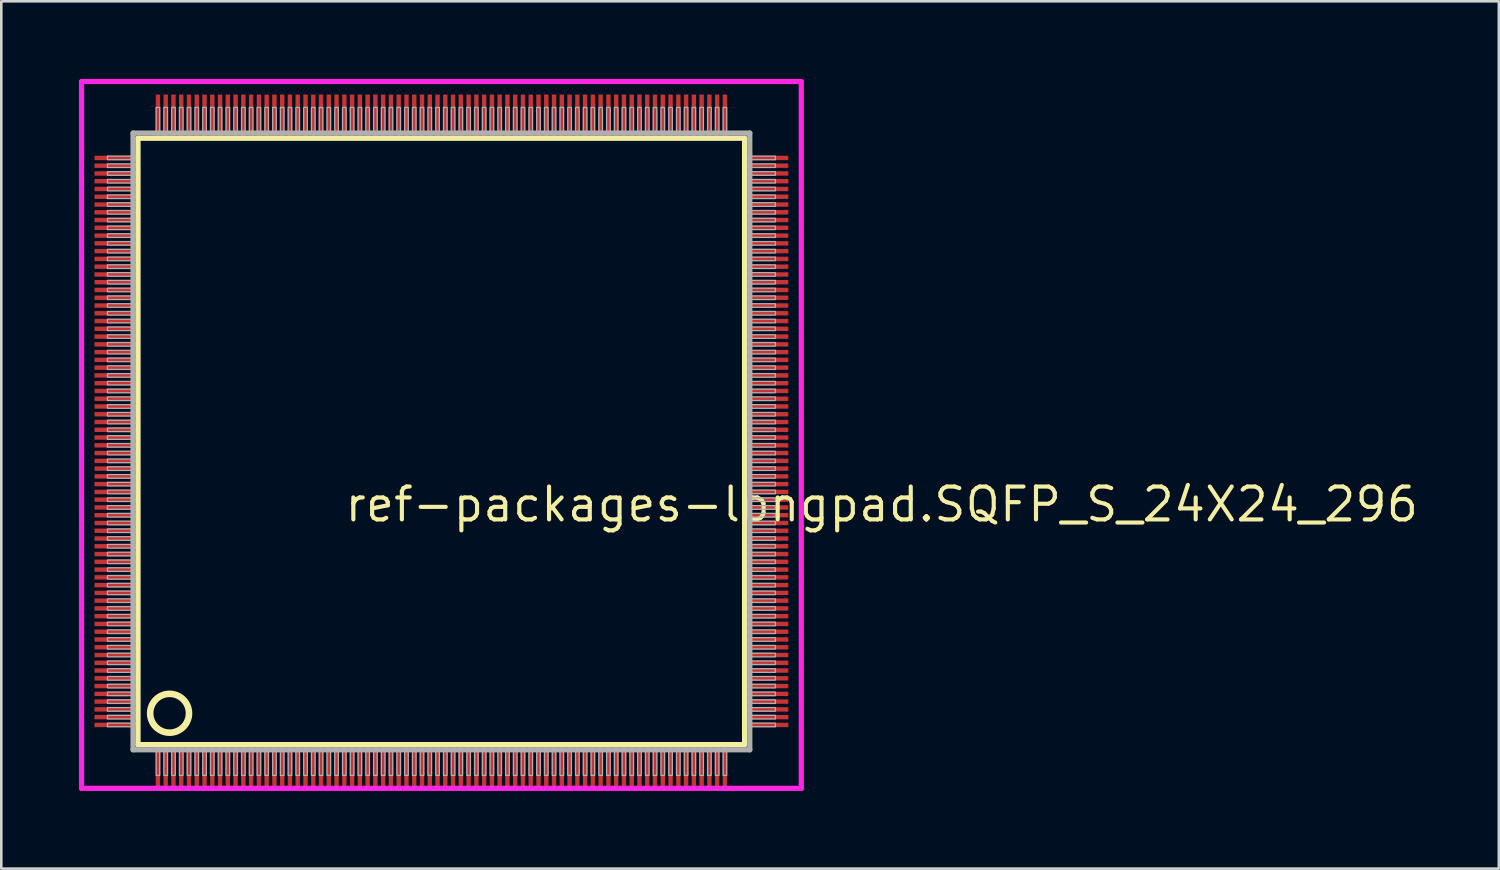
<source format=kicad_pcb>
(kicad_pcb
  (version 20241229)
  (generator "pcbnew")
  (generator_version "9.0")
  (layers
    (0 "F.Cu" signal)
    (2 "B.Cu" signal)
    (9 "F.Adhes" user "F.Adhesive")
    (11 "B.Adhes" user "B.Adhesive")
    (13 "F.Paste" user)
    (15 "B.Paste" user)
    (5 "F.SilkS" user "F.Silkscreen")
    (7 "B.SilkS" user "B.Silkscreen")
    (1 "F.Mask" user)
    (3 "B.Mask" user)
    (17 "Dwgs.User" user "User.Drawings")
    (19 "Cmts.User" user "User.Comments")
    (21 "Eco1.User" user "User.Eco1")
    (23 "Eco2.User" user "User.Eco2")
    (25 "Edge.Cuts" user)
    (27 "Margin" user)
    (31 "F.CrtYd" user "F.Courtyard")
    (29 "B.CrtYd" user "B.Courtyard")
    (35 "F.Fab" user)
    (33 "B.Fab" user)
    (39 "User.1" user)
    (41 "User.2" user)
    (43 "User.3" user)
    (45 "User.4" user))
  (footprint "ref-packages-longpad.SQFP_S_24X24_296"
    (layer "F.Cu")
    (at 14 14)
    (property "Reference" "ref-packages-longpad.SQFP_S_24X24_296" (at -3.81 3.175 0) (layer "F.SilkS") (effects (font (size 1.27 1.27) (thickness 0.16)) (justify left bottom)))
    (attr smd)
    (fp_line (start -11.72 -11.71) (end 11.71 -11.71) (stroke (width 0.203) (type default)) (layer "F.SilkS"))
    (fp_line (start -11.72 11.71) (end -11.72 -11.71) (stroke (width 0.203) (type default)) (layer "F.SilkS"))
    (fp_line (start 11.71 -11.71) (end 11.71 11.71) (stroke (width 0.203) (type default)) (layer "F.SilkS"))
    (fp_line (start 11.71 11.71) (end -11.72 11.71) (stroke (width 0.203) (type default)) (layer "F.SilkS"))
    (fp_circle (center -10.5 10.5) (end -9.75 10.5) (stroke (width 0.254) (type default)) (fill no) (layer "F.SilkS"))
    (fp_line (start -13.9 -13.9) (end 13.9 -13.9) (stroke (width 0.2) (type default)) (layer "F.CrtYd"))
    (fp_line (start -13.9 13.4) (end -13.9 -13.9) (stroke (width 0.2) (type default)) (layer "F.CrtYd"))
    (fp_line (start 13.9 -13.9) (end 13.9 13.4) (stroke (width 0.2) (type default)) (layer "F.CrtYd"))
    (fp_line (start 13.9 13.4) (end -13.9 13.4) (stroke (width 0.2) (type default)) (layer "F.CrtYd"))
    (fp_line (start -11.91 -11.91) (end -11.91 11.91) (stroke (width 0.203) (type default)) (layer "F.Fab"))
    (fp_line (start -11.91 11.91) (end 11.91 11.91) (stroke (width 0.203) (type default)) (layer "F.Fab"))
    (fp_line (start 11.91 -11.91) (end -11.91 -11.91) (stroke (width 0.203) (type default)) (layer "F.Fab"))
    (fp_line (start 11.91 11.91) (end 11.91 -11.91) (stroke (width 0.203) (type default)) (layer "F.Fab"))
    (fp_rect (start -12.9 -10.88) (end -11.95 -11.02) (stroke (width 0.05) (type default)) (fill no) (layer "F.Fab"))
    (fp_rect (start -12.9 -10.58) (end -11.95 -10.72) (stroke (width 0.05) (type default)) (fill no) (layer "F.Fab"))
    (fp_rect (start -12.9 -10.28) (end -11.95 -10.42) (stroke (width 0.05) (type default)) (fill no) (layer "F.Fab"))
    (fp_rect (start -12.9 -9.98) (end -11.95 -10.12) (stroke (width 0.05) (type default)) (fill no) (layer "F.Fab"))
    (fp_rect (start -12.9 -9.68) (end -11.95 -9.82) (stroke (width 0.05) (type default)) (fill no) (layer "F.Fab"))
    (fp_rect (start -12.9 -9.38) (end -11.95 -9.52) (stroke (width 0.05) (type default)) (fill no) (layer "F.Fab"))
    (fp_rect (start -12.9 -9.08) (end -11.95 -9.22) (stroke (width 0.05) (type default)) (fill no) (layer "F.Fab"))
    (fp_rect (start -12.9 -8.78) (end -11.95 -8.92) (stroke (width 0.05) (type default)) (fill no) (layer "F.Fab"))
    (fp_rect (start -12.9 -8.48) (end -11.95 -8.62) (stroke (width 0.05) (type default)) (fill no) (layer "F.Fab"))
    (fp_rect (start -12.9 -8.18) (end -11.95 -8.32) (stroke (width 0.05) (type default)) (fill no) (layer "F.Fab"))
    (fp_rect (start -12.9 -7.88) (end -11.95 -8.02) (stroke (width 0.05) (type default)) (fill no) (layer "F.Fab"))
    (fp_rect (start -12.9 -7.58) (end -11.95 -7.72) (stroke (width 0.05) (type default)) (fill no) (layer "F.Fab"))
    (fp_rect (start -12.9 -7.28) (end -11.95 -7.42) (stroke (width 0.05) (type default)) (fill no) (layer "F.Fab"))
    (fp_rect (start -12.9 -6.98) (end -11.95 -7.12) (stroke (width 0.05) (type default)) (fill no) (layer "F.Fab"))
    (fp_rect (start -12.9 -6.68) (end -11.95 -6.82) (stroke (width 0.05) (type default)) (fill no) (layer "F.Fab"))
    (fp_rect (start -12.9 -6.38) (end -11.95 -6.52) (stroke (width 0.05) (type default)) (fill no) (layer "F.Fab"))
    (fp_rect (start -12.9 -6.08) (end -11.95 -6.22) (stroke (width 0.05) (type default)) (fill no) (layer "F.Fab"))
    (fp_rect (start -12.9 -5.78) (end -11.95 -5.92) (stroke (width 0.05) (type default)) (fill no) (layer "F.Fab"))
    (fp_rect (start -12.9 -5.48) (end -11.95 -5.62) (stroke (width 0.05) (type default)) (fill no) (layer "F.Fab"))
    (fp_rect (start -12.9 -5.18) (end -11.95 -5.32) (stroke (width 0.05) (type default)) (fill no) (layer "F.Fab"))
    (fp_rect (start -12.9 -4.88) (end -11.95 -5.02) (stroke (width 0.05) (type default)) (fill no) (layer "F.Fab"))
    (fp_rect (start -12.9 -4.58) (end -11.95 -4.72) (stroke (width 0.05) (type default)) (fill no) (layer "F.Fab"))
    (fp_rect (start -12.9 -4.28) (end -11.95 -4.42) (stroke (width 0.05) (type default)) (fill no) (layer "F.Fab"))
    (fp_rect (start -12.9 -3.98) (end -11.95 -4.12) (stroke (width 0.05) (type default)) (fill no) (layer "F.Fab"))
    (fp_rect (start -12.9 -3.68) (end -11.95 -3.82) (stroke (width 0.05) (type default)) (fill no) (layer "F.Fab"))
    (fp_rect (start -12.9 -3.38) (end -11.95 -3.52) (stroke (width 0.05) (type default)) (fill no) (layer "F.Fab"))
    (fp_rect (start -12.9 -3.08) (end -11.95 -3.22) (stroke (width 0.05) (type default)) (fill no) (layer "F.Fab"))
    (fp_rect (start -12.9 -2.78) (end -11.95 -2.92) (stroke (width 0.05) (type default)) (fill no) (layer "F.Fab"))
    (fp_rect (start -12.9 -2.48) (end -11.95 -2.62) (stroke (width 0.05) (type default)) (fill no) (layer "F.Fab"))
    (fp_rect (start -12.9 -2.18) (end -11.95 -2.32) (stroke (width 0.05) (type default)) (fill no) (layer "F.Fab"))
    (fp_rect (start -12.9 -1.88) (end -11.95 -2.02) (stroke (width 0.05) (type default)) (fill no) (layer "F.Fab"))
    (fp_rect (start -12.9 -1.58) (end -11.95 -1.72) (stroke (width 0.05) (type default)) (fill no) (layer "F.Fab"))
    (fp_rect (start -12.9 -1.28) (end -11.95 -1.42) (stroke (width 0.05) (type default)) (fill no) (layer "F.Fab"))
    (fp_rect (start -12.9 -0.98) (end -11.95 -1.12) (stroke (width 0.05) (type default)) (fill no) (layer "F.Fab"))
    (fp_rect (start -12.9 -0.68) (end -11.95 -0.82) (stroke (width 0.05) (type default)) (fill no) (layer "F.Fab"))
    (fp_rect (start -12.9 -0.38) (end -11.95 -0.52) (stroke (width 0.05) (type default)) (fill no) (layer "F.Fab"))
    (fp_rect (start -12.9 -0.08) (end -11.95 -0.22) (stroke (width 0.05) (type default)) (fill no) (layer "F.Fab"))
    (fp_rect (start -12.9 0.22) (end -11.95 0.08) (stroke (width 0.05) (type default)) (fill no) (layer "F.Fab"))
    (fp_rect (start -12.9 0.52) (end -11.95 0.38) (stroke (width 0.05) (type default)) (fill no) (layer "F.Fab"))
    (fp_rect (start -12.9 0.82) (end -11.95 0.68) (stroke (width 0.05) (type default)) (fill no) (layer "F.Fab"))
    (fp_rect (start -12.9 1.12) (end -11.95 0.98) (stroke (width 0.05) (type default)) (fill no) (layer "F.Fab"))
    (fp_rect (start -12.9 1.42) (end -11.95 1.28) (stroke (width 0.05) (type default)) (fill no) (layer "F.Fab"))
    (fp_rect (start -12.9 1.72) (end -11.95 1.58) (stroke (width 0.05) (type default)) (fill no) (layer "F.Fab"))
    (fp_rect (start -12.9 2.02) (end -11.95 1.88) (stroke (width 0.05) (type default)) (fill no) (layer "F.Fab"))
    (fp_rect (start -12.9 2.32) (end -11.95 2.18) (stroke (width 0.05) (type default)) (fill no) (layer "F.Fab"))
    (fp_rect (start -12.9 2.62) (end -11.95 2.48) (stroke (width 0.05) (type default)) (fill no) (layer "F.Fab"))
    (fp_rect (start -12.9 2.92) (end -11.95 2.78) (stroke (width 0.05) (type default)) (fill no) (layer "F.Fab"))
    (fp_rect (start -12.9 3.22) (end -11.95 3.08) (stroke (width 0.05) (type default)) (fill no) (layer "F.Fab"))
    (fp_rect (start -12.9 3.52) (end -11.95 3.38) (stroke (width 0.05) (type default)) (fill no) (layer "F.Fab"))
    (fp_rect (start -12.9 3.82) (end -11.95 3.68) (stroke (width 0.05) (type default)) (fill no) (layer "F.Fab"))
    (fp_rect (start -12.9 4.12) (end -11.95 3.98) (stroke (width 0.05) (type default)) (fill no) (layer "F.Fab"))
    (fp_rect (start -12.9 4.42) (end -11.95 4.28) (stroke (width 0.05) (type default)) (fill no) (layer "F.Fab"))
    (fp_rect (start -12.9 4.72) (end -11.95 4.58) (stroke (width 0.05) (type default)) (fill no) (layer "F.Fab"))
    (fp_rect (start -12.9 5.02) (end -11.95 4.88) (stroke (width 0.05) (type default)) (fill no) (layer "F.Fab"))
    (fp_rect (start -12.9 5.32) (end -11.95 5.18) (stroke (width 0.05) (type default)) (fill no) (layer "F.Fab"))
    (fp_rect (start -12.9 5.62) (end -11.95 5.48) (stroke (width 0.05) (type default)) (fill no) (layer "F.Fab"))
    (fp_rect (start -12.9 5.92) (end -11.95 5.78) (stroke (width 0.05) (type default)) (fill no) (layer "F.Fab"))
    (fp_rect (start -12.9 6.22) (end -11.95 6.08) (stroke (width 0.05) (type default)) (fill no) (layer "F.Fab"))
    (fp_rect (start -12.9 6.52) (end -11.95 6.38) (stroke (width 0.05) (type default)) (fill no) (layer "F.Fab"))
    (fp_rect (start -12.9 6.82) (end -11.95 6.68) (stroke (width 0.05) (type default)) (fill no) (layer "F.Fab"))
    (fp_rect (start -12.9 7.12) (end -11.95 6.98) (stroke (width 0.05) (type default)) (fill no) (layer "F.Fab"))
    (fp_rect (start -12.9 7.42) (end -11.95 7.28) (stroke (width 0.05) (type default)) (fill no) (layer "F.Fab"))
    (fp_rect (start -12.9 7.72) (end -11.95 7.58) (stroke (width 0.05) (type default)) (fill no) (layer "F.Fab"))
    (fp_rect (start -12.9 8.02) (end -11.95 7.88) (stroke (width 0.05) (type default)) (fill no) (layer "F.Fab"))
    (fp_rect (start -12.9 8.32) (end -11.95 8.18) (stroke (width 0.05) (type default)) (fill no) (layer "F.Fab"))
    (fp_rect (start -12.9 8.62) (end -11.95 8.48) (stroke (width 0.05) (type default)) (fill no) (layer "F.Fab"))
    (fp_rect (start -12.9 8.92) (end -11.95 8.78) (stroke (width 0.05) (type default)) (fill no) (layer "F.Fab"))
    (fp_rect (start -12.9 9.22) (end -11.95 9.08) (stroke (width 0.05) (type default)) (fill no) (layer "F.Fab"))
    (fp_rect (start -12.9 9.52) (end -11.95 9.38) (stroke (width 0.05) (type default)) (fill no) (layer "F.Fab"))
    (fp_rect (start -12.9 9.82) (end -11.95 9.68) (stroke (width 0.05) (type default)) (fill no) (layer "F.Fab"))
    (fp_rect (start -12.9 10.12) (end -11.95 9.98) (stroke (width 0.05) (type default)) (fill no) (layer "F.Fab"))
    (fp_rect (start -12.9 10.42) (end -11.95 10.28) (stroke (width 0.05) (type default)) (fill no) (layer "F.Fab"))
    (fp_rect (start -12.9 10.72) (end -11.95 10.58) (stroke (width 0.05) (type default)) (fill no) (layer "F.Fab"))
    (fp_rect (start -12.9 11.02) (end -11.95 10.88) (stroke (width 0.05) (type default)) (fill no) (layer "F.Fab"))
    (fp_rect (start -11.02 -11.95) (end -10.88 -12.9) (stroke (width 0.05) (type default)) (fill no) (layer "F.Fab"))
    (fp_rect (start -11.02 12.9) (end -10.88 11.95) (stroke (width 0.05) (type default)) (fill no) (layer "F.Fab"))
    (fp_rect (start -10.72 -11.95) (end -10.58 -12.9) (stroke (width 0.05) (type default)) (fill no) (layer "F.Fab"))
    (fp_rect (start -10.72 12.9) (end -10.58 11.95) (stroke (width 0.05) (type default)) (fill no) (layer "F.Fab"))
    (fp_rect (start -10.42 -11.95) (end -10.28 -12.9) (stroke (width 0.05) (type default)) (fill no) (layer "F.Fab"))
    (fp_rect (start -10.42 12.9) (end -10.28 11.95) (stroke (width 0.05) (type default)) (fill no) (layer "F.Fab"))
    (fp_rect (start -10.12 -11.95) (end -9.98 -12.9) (stroke (width 0.05) (type default)) (fill no) (layer "F.Fab"))
    (fp_rect (start -10.12 12.9) (end -9.98 11.95) (stroke (width 0.05) (type default)) (fill no) (layer "F.Fab"))
    (fp_rect (start -9.82 -11.95) (end -9.68 -12.9) (stroke (width 0.05) (type default)) (fill no) (layer "F.Fab"))
    (fp_rect (start -9.82 12.9) (end -9.68 11.95) (stroke (width 0.05) (type default)) (fill no) (layer "F.Fab"))
    (fp_rect (start -9.52 -11.95) (end -9.38 -12.9) (stroke (width 0.05) (type default)) (fill no) (layer "F.Fab"))
    (fp_rect (start -9.52 12.9) (end -9.38 11.95) (stroke (width 0.05) (type default)) (fill no) (layer "F.Fab"))
    (fp_rect (start -9.22 -11.95) (end -9.08 -12.9) (stroke (width 0.05) (type default)) (fill no) (layer "F.Fab"))
    (fp_rect (start -9.22 12.9) (end -9.08 11.95) (stroke (width 0.05) (type default)) (fill no) (layer "F.Fab"))
    (fp_rect (start -8.92 -11.95) (end -8.78 -12.9) (stroke (width 0.05) (type default)) (fill no) (layer "F.Fab"))
    (fp_rect (start -8.92 12.9) (end -8.78 11.95) (stroke (width 0.05) (type default)) (fill no) (layer "F.Fab"))
    (fp_rect (start -8.62 -11.95) (end -8.48 -12.9) (stroke (width 0.05) (type default)) (fill no) (layer "F.Fab"))
    (fp_rect (start -8.62 12.9) (end -8.48 11.95) (stroke (width 0.05) (type default)) (fill no) (layer "F.Fab"))
    (fp_rect (start -8.32 -11.95) (end -8.18 -12.9) (stroke (width 0.05) (type default)) (fill no) (layer "F.Fab"))
    (fp_rect (start -8.32 12.9) (end -8.18 11.95) (stroke (width 0.05) (type default)) (fill no) (layer "F.Fab"))
    (fp_rect (start -8.02 -11.95) (end -7.88 -12.9) (stroke (width 0.05) (type default)) (fill no) (layer "F.Fab"))
    (fp_rect (start -8.02 12.9) (end -7.88 11.95) (stroke (width 0.05) (type default)) (fill no) (layer "F.Fab"))
    (fp_rect (start -7.72 -11.95) (end -7.58 -12.9) (stroke (width 0.05) (type default)) (fill no) (layer "F.Fab"))
    (fp_rect (start -7.72 12.9) (end -7.58 11.95) (stroke (width 0.05) (type default)) (fill no) (layer "F.Fab"))
    (fp_rect (start -7.42 -11.95) (end -7.28 -12.9) (stroke (width 0.05) (type default)) (fill no) (layer "F.Fab"))
    (fp_rect (start -7.42 12.9) (end -7.28 11.95) (stroke (width 0.05) (type default)) (fill no) (layer "F.Fab"))
    (fp_rect (start -7.12 -11.95) (end -6.98 -12.9) (stroke (width 0.05) (type default)) (fill no) (layer "F.Fab"))
    (fp_rect (start -7.12 12.9) (end -6.98 11.95) (stroke (width 0.05) (type default)) (fill no) (layer "F.Fab"))
    (fp_rect (start -6.82 -11.95) (end -6.68 -12.9) (stroke (width 0.05) (type default)) (fill no) (layer "F.Fab"))
    (fp_rect (start -6.82 12.9) (end -6.68 11.95) (stroke (width 0.05) (type default)) (fill no) (layer "F.Fab"))
    (fp_rect (start -6.52 -11.95) (end -6.38 -12.9) (stroke (width 0.05) (type default)) (fill no) (layer "F.Fab"))
    (fp_rect (start -6.52 12.9) (end -6.38 11.95) (stroke (width 0.05) (type default)) (fill no) (layer "F.Fab"))
    (fp_rect (start -6.22 -11.95) (end -6.08 -12.9) (stroke (width 0.05) (type default)) (fill no) (layer "F.Fab"))
    (fp_rect (start -6.22 12.9) (end -6.08 11.95) (stroke (width 0.05) (type default)) (fill no) (layer "F.Fab"))
    (fp_rect (start -5.92 -11.95) (end -5.78 -12.9) (stroke (width 0.05) (type default)) (fill no) (layer "F.Fab"))
    (fp_rect (start -5.92 12.9) (end -5.78 11.95) (stroke (width 0.05) (type default)) (fill no) (layer "F.Fab"))
    (fp_rect (start -5.62 -11.95) (end -5.48 -12.9) (stroke (width 0.05) (type default)) (fill no) (layer "F.Fab"))
    (fp_rect (start -5.62 12.9) (end -5.48 11.95) (stroke (width 0.05) (type default)) (fill no) (layer "F.Fab"))
    (fp_rect (start -5.32 -11.95) (end -5.18 -12.9) (stroke (width 0.05) (type default)) (fill no) (layer "F.Fab"))
    (fp_rect (start -5.32 12.9) (end -5.18 11.95) (stroke (width 0.05) (type default)) (fill no) (layer "F.Fab"))
    (fp_rect (start -5.02 -11.95) (end -4.88 -12.9) (stroke (width 0.05) (type default)) (fill no) (layer "F.Fab"))
    (fp_rect (start -5.02 12.9) (end -4.88 11.95) (stroke (width 0.05) (type default)) (fill no) (layer "F.Fab"))
    (fp_rect (start -4.72 -11.95) (end -4.58 -12.9) (stroke (width 0.05) (type default)) (fill no) (layer "F.Fab"))
    (fp_rect (start -4.72 12.9) (end -4.58 11.95) (stroke (width 0.05) (type default)) (fill no) (layer "F.Fab"))
    (fp_rect (start -4.42 -11.95) (end -4.28 -12.9) (stroke (width 0.05) (type default)) (fill no) (layer "F.Fab"))
    (fp_rect (start -4.42 12.9) (end -4.28 11.95) (stroke (width 0.05) (type default)) (fill no) (layer "F.Fab"))
    (fp_rect (start -4.12 -11.95) (end -3.98 -12.9) (stroke (width 0.05) (type default)) (fill no) (layer "F.Fab"))
    (fp_rect (start -4.12 12.9) (end -3.98 11.95) (stroke (width 0.05) (type default)) (fill no) (layer "F.Fab"))
    (fp_rect (start -3.82 -11.95) (end -3.68 -12.9) (stroke (width 0.05) (type default)) (fill no) (layer "F.Fab"))
    (fp_rect (start -3.82 12.9) (end -3.68 11.95) (stroke (width 0.05) (type default)) (fill no) (layer "F.Fab"))
    (fp_rect (start -3.52 -11.95) (end -3.38 -12.9) (stroke (width 0.05) (type default)) (fill no) (layer "F.Fab"))
    (fp_rect (start -3.52 12.9) (end -3.38 11.95) (stroke (width 0.05) (type default)) (fill no) (layer "F.Fab"))
    (fp_rect (start -3.22 -11.95) (end -3.08 -12.9) (stroke (width 0.05) (type default)) (fill no) (layer "F.Fab"))
    (fp_rect (start -3.22 12.9) (end -3.08 11.95) (stroke (width 0.05) (type default)) (fill no) (layer "F.Fab"))
    (fp_rect (start -2.92 -11.95) (end -2.78 -12.9) (stroke (width 0.05) (type default)) (fill no) (layer "F.Fab"))
    (fp_rect (start -2.92 12.9) (end -2.78 11.95) (stroke (width 0.05) (type default)) (fill no) (layer "F.Fab"))
    (fp_rect (start -2.62 -11.95) (end -2.48 -12.9) (stroke (width 0.05) (type default)) (fill no) (layer "F.Fab"))
    (fp_rect (start -2.62 12.9) (end -2.48 11.95) (stroke (width 0.05) (type default)) (fill no) (layer "F.Fab"))
    (fp_rect (start -2.32 -11.95) (end -2.18 -12.9) (stroke (width 0.05) (type default)) (fill no) (layer "F.Fab"))
    (fp_rect (start -2.32 12.9) (end -2.18 11.95) (stroke (width 0.05) (type default)) (fill no) (layer "F.Fab"))
    (fp_rect (start -2.02 -11.95) (end -1.88 -12.9) (stroke (width 0.05) (type default)) (fill no) (layer "F.Fab"))
    (fp_rect (start -2.02 12.9) (end -1.88 11.95) (stroke (width 0.05) (type default)) (fill no) (layer "F.Fab"))
    (fp_rect (start -1.72 -11.95) (end -1.58 -12.9) (stroke (width 0.05) (type default)) (fill no) (layer "F.Fab"))
    (fp_rect (start -1.72 12.9) (end -1.58 11.95) (stroke (width 0.05) (type default)) (fill no) (layer "F.Fab"))
    (fp_rect (start -1.42 -11.95) (end -1.28 -12.9) (stroke (width 0.05) (type default)) (fill no) (layer "F.Fab"))
    (fp_rect (start -1.42 12.9) (end -1.28 11.95) (stroke (width 0.05) (type default)) (fill no) (layer "F.Fab"))
    (fp_rect (start -1.12 -11.95) (end -0.98 -12.9) (stroke (width 0.05) (type default)) (fill no) (layer "F.Fab"))
    (fp_rect (start -1.12 12.9) (end -0.98 11.95) (stroke (width 0.05) (type default)) (fill no) (layer "F.Fab"))
    (fp_rect (start -0.82 -11.95) (end -0.68 -12.9) (stroke (width 0.05) (type default)) (fill no) (layer "F.Fab"))
    (fp_rect (start -0.82 12.9) (end -0.68 11.95) (stroke (width 0.05) (type default)) (fill no) (layer "F.Fab"))
    (fp_rect (start -0.52 -11.95) (end -0.38 -12.9) (stroke (width 0.05) (type default)) (fill no) (layer "F.Fab"))
    (fp_rect (start -0.52 12.9) (end -0.38 11.95) (stroke (width 0.05) (type default)) (fill no) (layer "F.Fab"))
    (fp_rect (start -0.22 -11.95) (end -0.08 -12.9) (stroke (width 0.05) (type default)) (fill no) (layer "F.Fab"))
    (fp_rect (start -0.22 12.9) (end -0.08 11.95) (stroke (width 0.05) (type default)) (fill no) (layer "F.Fab"))
    (fp_rect (start 0.08 -11.95) (end 0.22 -12.9) (stroke (width 0.05) (type default)) (fill no) (layer "F.Fab"))
    (fp_rect (start 0.08 12.9) (end 0.22 11.95) (stroke (width 0.05) (type default)) (fill no) (layer "F.Fab"))
    (fp_rect (start 0.38 -11.95) (end 0.52 -12.9) (stroke (width 0.05) (type default)) (fill no) (layer "F.Fab"))
    (fp_rect (start 0.38 12.9) (end 0.52 11.95) (stroke (width 0.05) (type default)) (fill no) (layer "F.Fab"))
    (fp_rect (start 0.68 -11.95) (end 0.82 -12.9) (stroke (width 0.05) (type default)) (fill no) (layer "F.Fab"))
    (fp_rect (start 0.68 12.9) (end 0.82 11.95) (stroke (width 0.05) (type default)) (fill no) (layer "F.Fab"))
    (fp_rect (start 0.98 -11.95) (end 1.12 -12.9) (stroke (width 0.05) (type default)) (fill no) (layer "F.Fab"))
    (fp_rect (start 0.98 12.9) (end 1.12 11.95) (stroke (width 0.05) (type default)) (fill no) (layer "F.Fab"))
    (fp_rect (start 1.28 -11.95) (end 1.42 -12.9) (stroke (width 0.05) (type default)) (fill no) (layer "F.Fab"))
    (fp_rect (start 1.28 12.9) (end 1.42 11.95) (stroke (width 0.05) (type default)) (fill no) (layer "F.Fab"))
    (fp_rect (start 1.58 -11.95) (end 1.72 -12.9) (stroke (width 0.05) (type default)) (fill no) (layer "F.Fab"))
    (fp_rect (start 1.58 12.9) (end 1.72 11.95) (stroke (width 0.05) (type default)) (fill no) (layer "F.Fab"))
    (fp_rect (start 1.88 -11.95) (end 2.02 -12.9) (stroke (width 0.05) (type default)) (fill no) (layer "F.Fab"))
    (fp_rect (start 1.88 12.9) (end 2.02 11.95) (stroke (width 0.05) (type default)) (fill no) (layer "F.Fab"))
    (fp_rect (start 2.18 -11.95) (end 2.32 -12.9) (stroke (width 0.05) (type default)) (fill no) (layer "F.Fab"))
    (fp_rect (start 2.18 12.9) (end 2.32 11.95) (stroke (width 0.05) (type default)) (fill no) (layer "F.Fab"))
    (fp_rect (start 2.48 -11.95) (end 2.62 -12.9) (stroke (width 0.05) (type default)) (fill no) (layer "F.Fab"))
    (fp_rect (start 2.48 12.9) (end 2.62 11.95) (stroke (width 0.05) (type default)) (fill no) (layer "F.Fab"))
    (fp_rect (start 2.78 -11.95) (end 2.92 -12.9) (stroke (width 0.05) (type default)) (fill no) (layer "F.Fab"))
    (fp_rect (start 2.78 12.9) (end 2.92 11.95) (stroke (width 0.05) (type default)) (fill no) (layer "F.Fab"))
    (fp_rect (start 3.08 -11.95) (end 3.22 -12.9) (stroke (width 0.05) (type default)) (fill no) (layer "F.Fab"))
    (fp_rect (start 3.08 12.9) (end 3.22 11.95) (stroke (width 0.05) (type default)) (fill no) (layer "F.Fab"))
    (fp_rect (start 3.38 -11.95) (end 3.52 -12.9) (stroke (width 0.05) (type default)) (fill no) (layer "F.Fab"))
    (fp_rect (start 3.38 12.9) (end 3.52 11.95) (stroke (width 0.05) (type default)) (fill no) (layer "F.Fab"))
    (fp_rect (start 3.68 -11.95) (end 3.82 -12.9) (stroke (width 0.05) (type default)) (fill no) (layer "F.Fab"))
    (fp_rect (start 3.68 12.9) (end 3.82 11.95) (stroke (width 0.05) (type default)) (fill no) (layer "F.Fab"))
    (fp_rect (start 3.98 -11.95) (end 4.12 -12.9) (stroke (width 0.05) (type default)) (fill no) (layer "F.Fab"))
    (fp_rect (start 3.98 12.9) (end 4.12 11.95) (stroke (width 0.05) (type default)) (fill no) (layer "F.Fab"))
    (fp_rect (start 4.28 -11.95) (end 4.42 -12.9) (stroke (width 0.05) (type default)) (fill no) (layer "F.Fab"))
    (fp_rect (start 4.28 12.9) (end 4.42 11.95) (stroke (width 0.05) (type default)) (fill no) (layer "F.Fab"))
    (fp_rect (start 4.58 -11.95) (end 4.72 -12.9) (stroke (width 0.05) (type default)) (fill no) (layer "F.Fab"))
    (fp_rect (start 4.58 12.9) (end 4.72 11.95) (stroke (width 0.05) (type default)) (fill no) (layer "F.Fab"))
    (fp_rect (start 4.88 -11.95) (end 5.02 -12.9) (stroke (width 0.05) (type default)) (fill no) (layer "F.Fab"))
    (fp_rect (start 4.88 12.9) (end 5.02 11.95) (stroke (width 0.05) (type default)) (fill no) (layer "F.Fab"))
    (fp_rect (start 5.18 -11.95) (end 5.32 -12.9) (stroke (width 0.05) (type default)) (fill no) (layer "F.Fab"))
    (fp_rect (start 5.18 12.9) (end 5.32 11.95) (stroke (width 0.05) (type default)) (fill no) (layer "F.Fab"))
    (fp_rect (start 5.48 -11.95) (end 5.62 -12.9) (stroke (width 0.05) (type default)) (fill no) (layer "F.Fab"))
    (fp_rect (start 5.48 12.9) (end 5.62 11.95) (stroke (width 0.05) (type default)) (fill no) (layer "F.Fab"))
    (fp_rect (start 5.78 -11.95) (end 5.92 -12.9) (stroke (width 0.05) (type default)) (fill no) (layer "F.Fab"))
    (fp_rect (start 5.78 12.9) (end 5.92 11.95) (stroke (width 0.05) (type default)) (fill no) (layer "F.Fab"))
    (fp_rect (start 6.08 -11.95) (end 6.22 -12.9) (stroke (width 0.05) (type default)) (fill no) (layer "F.Fab"))
    (fp_rect (start 6.08 12.9) (end 6.22 11.95) (stroke (width 0.05) (type default)) (fill no) (layer "F.Fab"))
    (fp_rect (start 6.38 -11.95) (end 6.52 -12.9) (stroke (width 0.05) (type default)) (fill no) (layer "F.Fab"))
    (fp_rect (start 6.38 12.9) (end 6.52 11.95) (stroke (width 0.05) (type default)) (fill no) (layer "F.Fab"))
    (fp_rect (start 6.68 -11.95) (end 6.82 -12.9) (stroke (width 0.05) (type default)) (fill no) (layer "F.Fab"))
    (fp_rect (start 6.68 12.9) (end 6.82 11.95) (stroke (width 0.05) (type default)) (fill no) (layer "F.Fab"))
    (fp_rect (start 6.98 -11.95) (end 7.12 -12.9) (stroke (width 0.05) (type default)) (fill no) (layer "F.Fab"))
    (fp_rect (start 6.98 12.9) (end 7.12 11.95) (stroke (width 0.05) (type default)) (fill no) (layer "F.Fab"))
    (fp_rect (start 7.28 -11.95) (end 7.42 -12.9) (stroke (width 0.05) (type default)) (fill no) (layer "F.Fab"))
    (fp_rect (start 7.28 12.9) (end 7.42 11.95) (stroke (width 0.05) (type default)) (fill no) (layer "F.Fab"))
    (fp_rect (start 7.58 -11.95) (end 7.72 -12.9) (stroke (width 0.05) (type default)) (fill no) (layer "F.Fab"))
    (fp_rect (start 7.58 12.9) (end 7.72 11.95) (stroke (width 0.05) (type default)) (fill no) (layer "F.Fab"))
    (fp_rect (start 7.88 -11.95) (end 8.02 -12.9) (stroke (width 0.05) (type default)) (fill no) (layer "F.Fab"))
    (fp_rect (start 7.88 12.9) (end 8.02 11.95) (stroke (width 0.05) (type default)) (fill no) (layer "F.Fab"))
    (fp_rect (start 8.18 -11.95) (end 8.32 -12.9) (stroke (width 0.05) (type default)) (fill no) (layer "F.Fab"))
    (fp_rect (start 8.18 12.9) (end 8.32 11.95) (stroke (width 0.05) (type default)) (fill no) (layer "F.Fab"))
    (fp_rect (start 8.48 -11.95) (end 8.62 -12.9) (stroke (width 0.05) (type default)) (fill no) (layer "F.Fab"))
    (fp_rect (start 8.48 12.9) (end 8.62 11.95) (stroke (width 0.05) (type default)) (fill no) (layer "F.Fab"))
    (fp_rect (start 8.78 -11.95) (end 8.92 -12.9) (stroke (width 0.05) (type default)) (fill no) (layer "F.Fab"))
    (fp_rect (start 8.78 12.9) (end 8.92 11.95) (stroke (width 0.05) (type default)) (fill no) (layer "F.Fab"))
    (fp_rect (start 9.08 -11.95) (end 9.22 -12.9) (stroke (width 0.05) (type default)) (fill no) (layer "F.Fab"))
    (fp_rect (start 9.08 12.9) (end 9.22 11.95) (stroke (width 0.05) (type default)) (fill no) (layer "F.Fab"))
    (fp_rect (start 9.38 -11.95) (end 9.52 -12.9) (stroke (width 0.05) (type default)) (fill no) (layer "F.Fab"))
    (fp_rect (start 9.38 12.9) (end 9.52 11.95) (stroke (width 0.05) (type default)) (fill no) (layer "F.Fab"))
    (fp_rect (start 9.68 -11.95) (end 9.82 -12.9) (stroke (width 0.05) (type default)) (fill no) (layer "F.Fab"))
    (fp_rect (start 9.68 12.9) (end 9.82 11.95) (stroke (width 0.05) (type default)) (fill no) (layer "F.Fab"))
    (fp_rect (start 9.98 -11.95) (end 10.12 -12.9) (stroke (width 0.05) (type default)) (fill no) (layer "F.Fab"))
    (fp_rect (start 9.98 12.9) (end 10.12 11.95) (stroke (width 0.05) (type default)) (fill no) (layer "F.Fab"))
    (fp_rect (start 10.28 -11.95) (end 10.42 -12.9) (stroke (width 0.05) (type default)) (fill no) (layer "F.Fab"))
    (fp_rect (start 10.28 12.9) (end 10.42 11.95) (stroke (width 0.05) (type default)) (fill no) (layer "F.Fab"))
    (fp_rect (start 10.58 -11.95) (end 10.72 -12.9) (stroke (width 0.05) (type default)) (fill no) (layer "F.Fab"))
    (fp_rect (start 10.58 12.9) (end 10.72 11.95) (stroke (width 0.05) (type default)) (fill no) (layer "F.Fab"))
    (fp_rect (start 10.88 -11.95) (end 11.02 -12.9) (stroke (width 0.05) (type default)) (fill no) (layer "F.Fab"))
    (fp_rect (start 10.88 12.9) (end 11.02 11.95) (stroke (width 0.05) (type default)) (fill no) (layer "F.Fab"))
    (fp_rect (start 11.95 -10.88) (end 12.9 -11.02) (stroke (width 0.05) (type default)) (fill no) (layer "F.Fab"))
    (fp_rect (start 11.95 -10.58) (end 12.9 -10.72) (stroke (width 0.05) (type default)) (fill no) (layer "F.Fab"))
    (fp_rect (start 11.95 -10.28) (end 12.9 -10.42) (stroke (width 0.05) (type default)) (fill no) (layer "F.Fab"))
    (fp_rect (start 11.95 -9.98) (end 12.9 -10.12) (stroke (width 0.05) (type default)) (fill no) (layer "F.Fab"))
    (fp_rect (start 11.95 -9.68) (end 12.9 -9.82) (stroke (width 0.05) (type default)) (fill no) (layer "F.Fab"))
    (fp_rect (start 11.95 -9.38) (end 12.9 -9.52) (stroke (width 0.05) (type default)) (fill no) (layer "F.Fab"))
    (fp_rect (start 11.95 -9.08) (end 12.9 -9.22) (stroke (width 0.05) (type default)) (fill no) (layer "F.Fab"))
    (fp_rect (start 11.95 -8.78) (end 12.9 -8.92) (stroke (width 0.05) (type default)) (fill no) (layer "F.Fab"))
    (fp_rect (start 11.95 -8.48) (end 12.9 -8.62) (stroke (width 0.05) (type default)) (fill no) (layer "F.Fab"))
    (fp_rect (start 11.95 -8.18) (end 12.9 -8.32) (stroke (width 0.05) (type default)) (fill no) (layer "F.Fab"))
    (fp_rect (start 11.95 -7.88) (end 12.9 -8.02) (stroke (width 0.05) (type default)) (fill no) (layer "F.Fab"))
    (fp_rect (start 11.95 -7.58) (end 12.9 -7.72) (stroke (width 0.05) (type default)) (fill no) (layer "F.Fab"))
    (fp_rect (start 11.95 -7.28) (end 12.9 -7.42) (stroke (width 0.05) (type default)) (fill no) (layer "F.Fab"))
    (fp_rect (start 11.95 -6.98) (end 12.9 -7.12) (stroke (width 0.05) (type default)) (fill no) (layer "F.Fab"))
    (fp_rect (start 11.95 -6.68) (end 12.9 -6.82) (stroke (width 0.05) (type default)) (fill no) (layer "F.Fab"))
    (fp_rect (start 11.95 -6.38) (end 12.9 -6.52) (stroke (width 0.05) (type default)) (fill no) (layer "F.Fab"))
    (fp_rect (start 11.95 -6.08) (end 12.9 -6.22) (stroke (width 0.05) (type default)) (fill no) (layer "F.Fab"))
    (fp_rect (start 11.95 -5.78) (end 12.9 -5.92) (stroke (width 0.05) (type default)) (fill no) (layer "F.Fab"))
    (fp_rect (start 11.95 -5.48) (end 12.9 -5.62) (stroke (width 0.05) (type default)) (fill no) (layer "F.Fab"))
    (fp_rect (start 11.95 -5.18) (end 12.9 -5.32) (stroke (width 0.05) (type default)) (fill no) (layer "F.Fab"))
    (fp_rect (start 11.95 -4.88) (end 12.9 -5.02) (stroke (width 0.05) (type default)) (fill no) (layer "F.Fab"))
    (fp_rect (start 11.95 -4.58) (end 12.9 -4.72) (stroke (width 0.05) (type default)) (fill no) (layer "F.Fab"))
    (fp_rect (start 11.95 -4.28) (end 12.9 -4.42) (stroke (width 0.05) (type default)) (fill no) (layer "F.Fab"))
    (fp_rect (start 11.95 -3.98) (end 12.9 -4.12) (stroke (width 0.05) (type default)) (fill no) (layer "F.Fab"))
    (fp_rect (start 11.95 -3.68) (end 12.9 -3.82) (stroke (width 0.05) (type default)) (fill no) (layer "F.Fab"))
    (fp_rect (start 11.95 -3.38) (end 12.9 -3.52) (stroke (width 0.05) (type default)) (fill no) (layer "F.Fab"))
    (fp_rect (start 11.95 -3.08) (end 12.9 -3.22) (stroke (width 0.05) (type default)) (fill no) (layer "F.Fab"))
    (fp_rect (start 11.95 -2.78) (end 12.9 -2.92) (stroke (width 0.05) (type default)) (fill no) (layer "F.Fab"))
    (fp_rect (start 11.95 -2.48) (end 12.9 -2.62) (stroke (width 0.05) (type default)) (fill no) (layer "F.Fab"))
    (fp_rect (start 11.95 -2.18) (end 12.9 -2.32) (stroke (width 0.05) (type default)) (fill no) (layer "F.Fab"))
    (fp_rect (start 11.95 -1.88) (end 12.9 -2.02) (stroke (width 0.05) (type default)) (fill no) (layer "F.Fab"))
    (fp_rect (start 11.95 -1.58) (end 12.9 -1.72) (stroke (width 0.05) (type default)) (fill no) (layer "F.Fab"))
    (fp_rect (start 11.95 -1.28) (end 12.9 -1.42) (stroke (width 0.05) (type default)) (fill no) (layer "F.Fab"))
    (fp_rect (start 11.95 -0.98) (end 12.9 -1.12) (stroke (width 0.05) (type default)) (fill no) (layer "F.Fab"))
    (fp_rect (start 11.95 -0.68) (end 12.9 -0.82) (stroke (width 0.05) (type default)) (fill no) (layer "F.Fab"))
    (fp_rect (start 11.95 -0.38) (end 12.9 -0.52) (stroke (width 0.05) (type default)) (fill no) (layer "F.Fab"))
    (fp_rect (start 11.95 -0.08) (end 12.9 -0.22) (stroke (width 0.05) (type default)) (fill no) (layer "F.Fab"))
    (fp_rect (start 11.95 0.22) (end 12.9 0.08) (stroke (width 0.05) (type default)) (fill no) (layer "F.Fab"))
    (fp_rect (start 11.95 0.52) (end 12.9 0.38) (stroke (width 0.05) (type default)) (fill no) (layer "F.Fab"))
    (fp_rect (start 11.95 0.82) (end 12.9 0.68) (stroke (width 0.05) (type default)) (fill no) (layer "F.Fab"))
    (fp_rect (start 11.95 1.12) (end 12.9 0.98) (stroke (width 0.05) (type default)) (fill no) (layer "F.Fab"))
    (fp_rect (start 11.95 1.42) (end 12.9 1.28) (stroke (width 0.05) (type default)) (fill no) (layer "F.Fab"))
    (fp_rect (start 11.95 1.72) (end 12.9 1.58) (stroke (width 0.05) (type default)) (fill no) (layer "F.Fab"))
    (fp_rect (start 11.95 2.02) (end 12.9 1.88) (stroke (width 0.05) (type default)) (fill no) (layer "F.Fab"))
    (fp_rect (start 11.95 2.32) (end 12.9 2.18) (stroke (width 0.05) (type default)) (fill no) (layer "F.Fab"))
    (fp_rect (start 11.95 2.62) (end 12.9 2.48) (stroke (width 0.05) (type default)) (fill no) (layer "F.Fab"))
    (fp_rect (start 11.95 2.92) (end 12.9 2.78) (stroke (width 0.05) (type default)) (fill no) (layer "F.Fab"))
    (fp_rect (start 11.95 3.22) (end 12.9 3.08) (stroke (width 0.05) (type default)) (fill no) (layer "F.Fab"))
    (fp_rect (start 11.95 3.52) (end 12.9 3.38) (stroke (width 0.05) (type default)) (fill no) (layer "F.Fab"))
    (fp_rect (start 11.95 3.82) (end 12.9 3.68) (stroke (width 0.05) (type default)) (fill no) (layer "F.Fab"))
    (fp_rect (start 11.95 4.12) (end 12.9 3.98) (stroke (width 0.05) (type default)) (fill no) (layer "F.Fab"))
    (fp_rect (start 11.95 4.42) (end 12.9 4.28) (stroke (width 0.05) (type default)) (fill no) (layer "F.Fab"))
    (fp_rect (start 11.95 4.72) (end 12.9 4.58) (stroke (width 0.05) (type default)) (fill no) (layer "F.Fab"))
    (fp_rect (start 11.95 5.02) (end 12.9 4.88) (stroke (width 0.05) (type default)) (fill no) (layer "F.Fab"))
    (fp_rect (start 11.95 5.32) (end 12.9 5.18) (stroke (width 0.05) (type default)) (fill no) (layer "F.Fab"))
    (fp_rect (start 11.95 5.62) (end 12.9 5.48) (stroke (width 0.05) (type default)) (fill no) (layer "F.Fab"))
    (fp_rect (start 11.95 5.92) (end 12.9 5.78) (stroke (width 0.05) (type default)) (fill no) (layer "F.Fab"))
    (fp_rect (start 11.95 6.22) (end 12.9 6.08) (stroke (width 0.05) (type default)) (fill no) (layer "F.Fab"))
    (fp_rect (start 11.95 6.52) (end 12.9 6.38) (stroke (width 0.05) (type default)) (fill no) (layer "F.Fab"))
    (fp_rect (start 11.95 6.82) (end 12.9 6.68) (stroke (width 0.05) (type default)) (fill no) (layer "F.Fab"))
    (fp_rect (start 11.95 7.12) (end 12.9 6.98) (stroke (width 0.05) (type default)) (fill no) (layer "F.Fab"))
    (fp_rect (start 11.95 7.42) (end 12.9 7.28) (stroke (width 0.05) (type default)) (fill no) (layer "F.Fab"))
    (fp_rect (start 11.95 7.72) (end 12.9 7.58) (stroke (width 0.05) (type default)) (fill no) (layer "F.Fab"))
    (fp_rect (start 11.95 8.02) (end 12.9 7.88) (stroke (width 0.05) (type default)) (fill no) (layer "F.Fab"))
    (fp_rect (start 11.95 8.32) (end 12.9 8.18) (stroke (width 0.05) (type default)) (fill no) (layer "F.Fab"))
    (fp_rect (start 11.95 8.62) (end 12.9 8.48) (stroke (width 0.05) (type default)) (fill no) (layer "F.Fab"))
    (fp_rect (start 11.95 8.92) (end 12.9 8.78) (stroke (width 0.05) (type default)) (fill no) (layer "F.Fab"))
    (fp_rect (start 11.95 9.22) (end 12.9 9.08) (stroke (width 0.05) (type default)) (fill no) (layer "F.Fab"))
    (fp_rect (start 11.95 9.52) (end 12.9 9.38) (stroke (width 0.05) (type default)) (fill no) (layer "F.Fab"))
    (fp_rect (start 11.95 9.82) (end 12.9 9.68) (stroke (width 0.05) (type default)) (fill no) (layer "F.Fab"))
    (fp_rect (start 11.95 10.12) (end 12.9 9.98) (stroke (width 0.05) (type default)) (fill no) (layer "F.Fab"))
    (fp_rect (start 11.95 10.42) (end 12.9 10.28) (stroke (width 0.05) (type default)) (fill no) (layer "F.Fab"))
    (fp_rect (start 11.95 10.72) (end 12.9 10.58) (stroke (width 0.05) (type default)) (fill no) (layer "F.Fab"))
    (fp_rect (start 11.95 11.02) (end 12.9 10.88) (stroke (width 0.05) (type default)) (fill no) (layer "F.Fab"))
    (pad "1" smd roundrect (at -10.95 12.6) (size 0.17 1.6) (layers "F.Cu" "F.Mask" "F.Paste") (roundrect_rratio 0.01))
    (pad "2" smd roundrect (at -10.65 12.6) (size 0.17 1.6) (layers "F.Cu" "F.Mask" "F.Paste") (roundrect_rratio 0.01))
    (pad "3" smd roundrect (at -10.35 12.6) (size 0.17 1.6) (layers "F.Cu" "F.Mask" "F.Paste") (roundrect_rratio 0.01))
    (pad "4" smd roundrect (at -10.05 12.6) (size 0.17 1.6) (layers "F.Cu" "F.Mask" "F.Paste") (roundrect_rratio 0.01))
    (pad "5" smd roundrect (at -9.75 12.6) (size 0.17 1.6) (layers "F.Cu" "F.Mask" "F.Paste") (roundrect_rratio 0.01))
    (pad "6" smd roundrect (at -9.45 12.6) (size 0.17 1.6) (layers "F.Cu" "F.Mask" "F.Paste") (roundrect_rratio 0.01))
    (pad "7" smd roundrect (at -9.15 12.6) (size 0.17 1.6) (layers "F.Cu" "F.Mask" "F.Paste") (roundrect_rratio 0.01))
    (pad "8" smd roundrect (at -8.85 12.6) (size 0.17 1.6) (layers "F.Cu" "F.Mask" "F.Paste") (roundrect_rratio 0.01))
    (pad "9" smd roundrect (at -8.55 12.6) (size 0.17 1.6) (layers "F.Cu" "F.Mask" "F.Paste") (roundrect_rratio 0.01))
    (pad "10" smd roundrect (at -8.25 12.6) (size 0.17 1.6) (layers "F.Cu" "F.Mask" "F.Paste") (roundrect_rratio 0.01))
    (pad "11" smd roundrect (at -7.95 12.6) (size 0.17 1.6) (layers "F.Cu" "F.Mask" "F.Paste") (roundrect_rratio 0.01))
    (pad "12" smd roundrect (at -7.65 12.6) (size 0.17 1.6) (layers "F.Cu" "F.Mask" "F.Paste") (roundrect_rratio 0.01))
    (pad "13" smd roundrect (at -7.35 12.6) (size 0.17 1.6) (layers "F.Cu" "F.Mask" "F.Paste") (roundrect_rratio 0.01))
    (pad "14" smd roundrect (at -7.05 12.6) (size 0.17 1.6) (layers "F.Cu" "F.Mask" "F.Paste") (roundrect_rratio 0.01))
    (pad "15" smd roundrect (at -6.75 12.6) (size 0.17 1.6) (layers "F.Cu" "F.Mask" "F.Paste") (roundrect_rratio 0.01))
    (pad "16" smd roundrect (at -6.45 12.6) (size 0.17 1.6) (layers "F.Cu" "F.Mask" "F.Paste") (roundrect_rratio 0.01))
    (pad "17" smd roundrect (at -6.15 12.6) (size 0.17 1.6) (layers "F.Cu" "F.Mask" "F.Paste") (roundrect_rratio 0.01))
    (pad "18" smd roundrect (at -5.85 12.6) (size 0.17 1.6) (layers "F.Cu" "F.Mask" "F.Paste") (roundrect_rratio 0.01))
    (pad "19" smd roundrect (at -5.55 12.6) (size 0.17 1.6) (layers "F.Cu" "F.Mask" "F.Paste") (roundrect_rratio 0.01))
    (pad "20" smd roundrect (at -5.25 12.6) (size 0.17 1.6) (layers "F.Cu" "F.Mask" "F.Paste") (roundrect_rratio 0.01))
    (pad "21" smd roundrect (at -4.95 12.6) (size 0.17 1.6) (layers "F.Cu" "F.Mask" "F.Paste") (roundrect_rratio 0.01))
    (pad "22" smd roundrect (at -4.65 12.6) (size 0.17 1.6) (layers "F.Cu" "F.Mask" "F.Paste") (roundrect_rratio 0.01))
    (pad "23" smd roundrect (at -4.35 12.6) (size 0.17 1.6) (layers "F.Cu" "F.Mask" "F.Paste") (roundrect_rratio 0.01))
    (pad "24" smd roundrect (at -4.05 12.6) (size 0.17 1.6) (layers "F.Cu" "F.Mask" "F.Paste") (roundrect_rratio 0.01))
    (pad "25" smd roundrect (at -3.75 12.6) (size 0.17 1.6) (layers "F.Cu" "F.Mask" "F.Paste") (roundrect_rratio 0.01))
    (pad "26" smd roundrect (at -3.45 12.6) (size 0.17 1.6) (layers "F.Cu" "F.Mask" "F.Paste") (roundrect_rratio 0.01))
    (pad "27" smd roundrect (at -3.15 12.6) (size 0.17 1.6) (layers "F.Cu" "F.Mask" "F.Paste") (roundrect_rratio 0.01))
    (pad "28" smd roundrect (at -2.85 12.6) (size 0.17 1.6) (layers "F.Cu" "F.Mask" "F.Paste") (roundrect_rratio 0.01))
    (pad "29" smd roundrect (at -2.55 12.6) (size 0.17 1.6) (layers "F.Cu" "F.Mask" "F.Paste") (roundrect_rratio 0.01))
    (pad "30" smd roundrect (at -2.25 12.6) (size 0.17 1.6) (layers "F.Cu" "F.Mask" "F.Paste") (roundrect_rratio 0.01))
    (pad "31" smd roundrect (at -1.95 12.6) (size 0.17 1.6) (layers "F.Cu" "F.Mask" "F.Paste") (roundrect_rratio 0.01))
    (pad "32" smd roundrect (at -1.65 12.6) (size 0.17 1.6) (layers "F.Cu" "F.Mask" "F.Paste") (roundrect_rratio 0.01))
    (pad "33" smd roundrect (at -1.35 12.6) (size 0.17 1.6) (layers "F.Cu" "F.Mask" "F.Paste") (roundrect_rratio 0.01))
    (pad "34" smd roundrect (at -1.05 12.6) (size 0.17 1.6) (layers "F.Cu" "F.Mask" "F.Paste") (roundrect_rratio 0.01))
    (pad "35" smd roundrect (at -0.75 12.6) (size 0.17 1.6) (layers "F.Cu" "F.Mask" "F.Paste") (roundrect_rratio 0.01))
    (pad "36" smd roundrect (at -0.45 12.6) (size 0.17 1.6) (layers "F.Cu" "F.Mask" "F.Paste") (roundrect_rratio 0.01))
    (pad "37" smd roundrect (at -0.15 12.6) (size 0.17 1.6) (layers "F.Cu" "F.Mask" "F.Paste") (roundrect_rratio 0.01))
    (pad "38" smd roundrect (at 0.15 12.6) (size 0.17 1.6) (layers "F.Cu" "F.Mask" "F.Paste") (roundrect_rratio 0.01))
    (pad "39" smd roundrect (at 0.45 12.6) (size 0.17 1.6) (layers "F.Cu" "F.Mask" "F.Paste") (roundrect_rratio 0.01))
    (pad "40" smd roundrect (at 0.75 12.6) (size 0.17 1.6) (layers "F.Cu" "F.Mask" "F.Paste") (roundrect_rratio 0.01))
    (pad "41" smd roundrect (at 1.05 12.6) (size 0.17 1.6) (layers "F.Cu" "F.Mask" "F.Paste") (roundrect_rratio 0.01))
    (pad "42" smd roundrect (at 1.35 12.6) (size 0.17 1.6) (layers "F.Cu" "F.Mask" "F.Paste") (roundrect_rratio 0.01))
    (pad "43" smd roundrect (at 1.65 12.6) (size 0.17 1.6) (layers "F.Cu" "F.Mask" "F.Paste") (roundrect_rratio 0.01))
    (pad "44" smd roundrect (at 1.95 12.6) (size 0.17 1.6) (layers "F.Cu" "F.Mask" "F.Paste") (roundrect_rratio 0.01))
    (pad "45" smd roundrect (at 2.25 12.6) (size 0.17 1.6) (layers "F.Cu" "F.Mask" "F.Paste") (roundrect_rratio 0.01))
    (pad "46" smd roundrect (at 2.55 12.6) (size 0.17 1.6) (layers "F.Cu" "F.Mask" "F.Paste") (roundrect_rratio 0.01))
    (pad "47" smd roundrect (at 2.85 12.6) (size 0.17 1.6) (layers "F.Cu" "F.Mask" "F.Paste") (roundrect_rratio 0.01))
    (pad "48" smd roundrect (at 3.15 12.6) (size 0.17 1.6) (layers "F.Cu" "F.Mask" "F.Paste") (roundrect_rratio 0.01))
    (pad "49" smd roundrect (at 3.45 12.6) (size 0.17 1.6) (layers "F.Cu" "F.Mask" "F.Paste") (roundrect_rratio 0.01))
    (pad "50" smd roundrect (at 3.75 12.6) (size 0.17 1.6) (layers "F.Cu" "F.Mask" "F.Paste") (roundrect_rratio 0.01))
    (pad "51" smd roundrect (at 4.05 12.6) (size 0.17 1.6) (layers "F.Cu" "F.Mask" "F.Paste") (roundrect_rratio 0.01))
    (pad "52" smd roundrect (at 4.35 12.6) (size 0.17 1.6) (layers "F.Cu" "F.Mask" "F.Paste") (roundrect_rratio 0.01))
    (pad "53" smd roundrect (at 4.65 12.6) (size 0.17 1.6) (layers "F.Cu" "F.Mask" "F.Paste") (roundrect_rratio 0.01))
    (pad "54" smd roundrect (at 4.95 12.6) (size 0.17 1.6) (layers "F.Cu" "F.Mask" "F.Paste") (roundrect_rratio 0.01))
    (pad "55" smd roundrect (at 5.25 12.6) (size 0.17 1.6) (layers "F.Cu" "F.Mask" "F.Paste") (roundrect_rratio 0.01))
    (pad "56" smd roundrect (at 5.55 12.6) (size 0.17 1.6) (layers "F.Cu" "F.Mask" "F.Paste") (roundrect_rratio 0.01))
    (pad "57" smd roundrect (at 5.85 12.6) (size 0.17 1.6) (layers "F.Cu" "F.Mask" "F.Paste") (roundrect_rratio 0.01))
    (pad "58" smd roundrect (at 6.15 12.6) (size 0.17 1.6) (layers "F.Cu" "F.Mask" "F.Paste") (roundrect_rratio 0.01))
    (pad "59" smd roundrect (at 6.45 12.6) (size 0.17 1.6) (layers "F.Cu" "F.Mask" "F.Paste") (roundrect_rratio 0.01))
    (pad "60" smd roundrect (at 6.75 12.6) (size 0.17 1.6) (layers "F.Cu" "F.Mask" "F.Paste") (roundrect_rratio 0.01))
    (pad "61" smd roundrect (at 7.05 12.6) (size 0.17 1.6) (layers "F.Cu" "F.Mask" "F.Paste") (roundrect_rratio 0.01))
    (pad "62" smd roundrect (at 7.35 12.6) (size 0.17 1.6) (layers "F.Cu" "F.Mask" "F.Paste") (roundrect_rratio 0.01))
    (pad "63" smd roundrect (at 7.65 12.6) (size 0.17 1.6) (layers "F.Cu" "F.Mask" "F.Paste") (roundrect_rratio 0.01))
    (pad "64" smd roundrect (at 7.95 12.6) (size 0.17 1.6) (layers "F.Cu" "F.Mask" "F.Paste") (roundrect_rratio 0.01))
    (pad "65" smd roundrect (at 8.25 12.6) (size 0.17 1.6) (layers "F.Cu" "F.Mask" "F.Paste") (roundrect_rratio 0.01))
    (pad "66" smd roundrect (at 8.55 12.6) (size 0.17 1.6) (layers "F.Cu" "F.Mask" "F.Paste") (roundrect_rratio 0.01))
    (pad "67" smd roundrect (at 8.85 12.6) (size 0.17 1.6) (layers "F.Cu" "F.Mask" "F.Paste") (roundrect_rratio 0.01))
    (pad "68" smd roundrect (at 9.15 12.6) (size 0.17 1.6) (layers "F.Cu" "F.Mask" "F.Paste") (roundrect_rratio 0.01))
    (pad "69" smd roundrect (at 9.45 12.6) (size 0.17 1.6) (layers "F.Cu" "F.Mask" "F.Paste") (roundrect_rratio 0.01))
    (pad "70" smd roundrect (at 9.75 12.6) (size 0.17 1.6) (layers "F.Cu" "F.Mask" "F.Paste") (roundrect_rratio 0.01))
    (pad "71" smd roundrect (at 10.05 12.6) (size 0.17 1.6) (layers "F.Cu" "F.Mask" "F.Paste") (roundrect_rratio 0.01))
    (pad "72" smd roundrect (at 10.35 12.6) (size 0.17 1.6) (layers "F.Cu" "F.Mask" "F.Paste") (roundrect_rratio 0.01))
    (pad "73" smd roundrect (at 10.65 12.6) (size 0.17 1.6) (layers "F.Cu" "F.Mask" "F.Paste") (roundrect_rratio 0.01))
    (pad "74" smd roundrect (at 10.95 12.6) (size 0.17 1.6) (layers "F.Cu" "F.Mask" "F.Paste") (roundrect_rratio 0.01))
    (pad "75" smd roundrect (at 12.6 10.95) (size 1.6 0.17) (layers "F.Cu" "F.Mask" "F.Paste") (roundrect_rratio 0.01))
    (pad "76" smd roundrect (at 12.6 10.65) (size 1.6 0.17) (layers "F.Cu" "F.Mask" "F.Paste") (roundrect_rratio 0.01))
    (pad "77" smd roundrect (at 12.6 10.35) (size 1.6 0.17) (layers "F.Cu" "F.Mask" "F.Paste") (roundrect_rratio 0.01))
    (pad "78" smd roundrect (at 12.6 10.05) (size 1.6 0.17) (layers "F.Cu" "F.Mask" "F.Paste") (roundrect_rratio 0.01))
    (pad "79" smd roundrect (at 12.6 9.75) (size 1.6 0.17) (layers "F.Cu" "F.Mask" "F.Paste") (roundrect_rratio 0.01))
    (pad "80" smd roundrect (at 12.6 9.45) (size 1.6 0.17) (layers "F.Cu" "F.Mask" "F.Paste") (roundrect_rratio 0.01))
    (pad "81" smd roundrect (at 12.6 9.15) (size 1.6 0.17) (layers "F.Cu" "F.Mask" "F.Paste") (roundrect_rratio 0.01))
    (pad "82" smd roundrect (at 12.6 8.85) (size 1.6 0.17) (layers "F.Cu" "F.Mask" "F.Paste") (roundrect_rratio 0.01))
    (pad "83" smd roundrect (at 12.6 8.55) (size 1.6 0.17) (layers "F.Cu" "F.Mask" "F.Paste") (roundrect_rratio 0.01))
    (pad "84" smd roundrect (at 12.6 8.25) (size 1.6 0.17) (layers "F.Cu" "F.Mask" "F.Paste") (roundrect_rratio 0.01))
    (pad "85" smd roundrect (at 12.6 7.95) (size 1.6 0.17) (layers "F.Cu" "F.Mask" "F.Paste") (roundrect_rratio 0.01))
    (pad "86" smd roundrect (at 12.6 7.65) (size 1.6 0.17) (layers "F.Cu" "F.Mask" "F.Paste") (roundrect_rratio 0.01))
    (pad "87" smd roundrect (at 12.6 7.35) (size 1.6 0.17) (layers "F.Cu" "F.Mask" "F.Paste") (roundrect_rratio 0.01))
    (pad "88" smd roundrect (at 12.6 7.05) (size 1.6 0.17) (layers "F.Cu" "F.Mask" "F.Paste") (roundrect_rratio 0.01))
    (pad "89" smd roundrect (at 12.6 6.75) (size 1.6 0.17) (layers "F.Cu" "F.Mask" "F.Paste") (roundrect_rratio 0.01))
    (pad "90" smd roundrect (at 12.6 6.45) (size 1.6 0.17) (layers "F.Cu" "F.Mask" "F.Paste") (roundrect_rratio 0.01))
    (pad "91" smd roundrect (at 12.6 6.15) (size 1.6 0.17) (layers "F.Cu" "F.Mask" "F.Paste") (roundrect_rratio 0.01))
    (pad "92" smd roundrect (at 12.6 5.85) (size 1.6 0.17) (layers "F.Cu" "F.Mask" "F.Paste") (roundrect_rratio 0.01))
    (pad "93" smd roundrect (at 12.6 5.55) (size 1.6 0.17) (layers "F.Cu" "F.Mask" "F.Paste") (roundrect_rratio 0.01))
    (pad "94" smd roundrect (at 12.6 5.25) (size 1.6 0.17) (layers "F.Cu" "F.Mask" "F.Paste") (roundrect_rratio 0.01))
    (pad "95" smd roundrect (at 12.6 4.95) (size 1.6 0.17) (layers "F.Cu" "F.Mask" "F.Paste") (roundrect_rratio 0.01))
    (pad "96" smd roundrect (at 12.6 4.65) (size 1.6 0.17) (layers "F.Cu" "F.Mask" "F.Paste") (roundrect_rratio 0.01))
    (pad "97" smd roundrect (at 12.6 4.35) (size 1.6 0.17) (layers "F.Cu" "F.Mask" "F.Paste") (roundrect_rratio 0.01))
    (pad "98" smd roundrect (at 12.6 4.05) (size 1.6 0.17) (layers "F.Cu" "F.Mask" "F.Paste") (roundrect_rratio 0.01))
    (pad "99" smd roundrect (at 12.6 3.75) (size 1.6 0.17) (layers "F.Cu" "F.Mask" "F.Paste") (roundrect_rratio 0.01))
    (pad "100" smd roundrect (at 12.6 3.45) (size 1.6 0.17) (layers "F.Cu" "F.Mask" "F.Paste") (roundrect_rratio 0.01))
    (pad "101" smd roundrect (at 12.6 3.15) (size 1.6 0.17) (layers "F.Cu" "F.Mask" "F.Paste") (roundrect_rratio 0.01))
    (pad "102" smd roundrect (at 12.6 2.85) (size 1.6 0.17) (layers "F.Cu" "F.Mask" "F.Paste") (roundrect_rratio 0.01))
    (pad "103" smd roundrect (at 12.6 2.55) (size 1.6 0.17) (layers "F.Cu" "F.Mask" "F.Paste") (roundrect_rratio 0.01))
    (pad "104" smd roundrect (at 12.6 2.25) (size 1.6 0.17) (layers "F.Cu" "F.Mask" "F.Paste") (roundrect_rratio 0.01))
    (pad "105" smd roundrect (at 12.6 1.95) (size 1.6 0.17) (layers "F.Cu" "F.Mask" "F.Paste") (roundrect_rratio 0.01))
    (pad "106" smd roundrect (at 12.6 1.65) (size 1.6 0.17) (layers "F.Cu" "F.Mask" "F.Paste") (roundrect_rratio 0.01))
    (pad "107" smd roundrect (at 12.6 1.35) (size 1.6 0.17) (layers "F.Cu" "F.Mask" "F.Paste") (roundrect_rratio 0.01))
    (pad "108" smd roundrect (at 12.6 1.05) (size 1.6 0.17) (layers "F.Cu" "F.Mask" "F.Paste") (roundrect_rratio 0.01))
    (pad "109" smd roundrect (at 12.6 0.75) (size 1.6 0.17) (layers "F.Cu" "F.Mask" "F.Paste") (roundrect_rratio 0.01))
    (pad "110" smd roundrect (at 12.6 0.45) (size 1.6 0.17) (layers "F.Cu" "F.Mask" "F.Paste") (roundrect_rratio 0.01))
    (pad "111" smd roundrect (at 12.6 0.15) (size 1.6 0.17) (layers "F.Cu" "F.Mask" "F.Paste") (roundrect_rratio 0.01))
    (pad "112" smd roundrect (at 12.6 -0.15) (size 1.6 0.17) (layers "F.Cu" "F.Mask" "F.Paste") (roundrect_rratio 0.01))
    (pad "113" smd roundrect (at 12.6 -0.45) (size 1.6 0.17) (layers "F.Cu" "F.Mask" "F.Paste") (roundrect_rratio 0.01))
    (pad "114" smd roundrect (at 12.6 -0.75) (size 1.6 0.17) (layers "F.Cu" "F.Mask" "F.Paste") (roundrect_rratio 0.01))
    (pad "115" smd roundrect (at 12.6 -1.05) (size 1.6 0.17) (layers "F.Cu" "F.Mask" "F.Paste") (roundrect_rratio 0.01))
    (pad "116" smd roundrect (at 12.6 -1.35) (size 1.6 0.17) (layers "F.Cu" "F.Mask" "F.Paste") (roundrect_rratio 0.01))
    (pad "117" smd roundrect (at 12.6 -1.65) (size 1.6 0.17) (layers "F.Cu" "F.Mask" "F.Paste") (roundrect_rratio 0.01))
    (pad "118" smd roundrect (at 12.6 -1.95) (size 1.6 0.17) (layers "F.Cu" "F.Mask" "F.Paste") (roundrect_rratio 0.01))
    (pad "119" smd roundrect (at 12.6 -2.25) (size 1.6 0.17) (layers "F.Cu" "F.Mask" "F.Paste") (roundrect_rratio 0.01))
    (pad "120" smd roundrect (at 12.6 -2.55) (size 1.6 0.17) (layers "F.Cu" "F.Mask" "F.Paste") (roundrect_rratio 0.01))
    (pad "121" smd roundrect (at 12.6 -2.85) (size 1.6 0.17) (layers "F.Cu" "F.Mask" "F.Paste") (roundrect_rratio 0.01))
    (pad "122" smd roundrect (at 12.6 -3.15) (size 1.6 0.17) (layers "F.Cu" "F.Mask" "F.Paste") (roundrect_rratio 0.01))
    (pad "123" smd roundrect (at 12.6 -3.45) (size 1.6 0.17) (layers "F.Cu" "F.Mask" "F.Paste") (roundrect_rratio 0.01))
    (pad "124" smd roundrect (at 12.6 -3.75) (size 1.6 0.17) (layers "F.Cu" "F.Mask" "F.Paste") (roundrect_rratio 0.01))
    (pad "125" smd roundrect (at 12.6 -4.05) (size 1.6 0.17) (layers "F.Cu" "F.Mask" "F.Paste") (roundrect_rratio 0.01))
    (pad "126" smd roundrect (at 12.6 -4.35) (size 1.6 0.17) (layers "F.Cu" "F.Mask" "F.Paste") (roundrect_rratio 0.01))
    (pad "127" smd roundrect (at 12.6 -4.65) (size 1.6 0.17) (layers "F.Cu" "F.Mask" "F.Paste") (roundrect_rratio 0.01))
    (pad "128" smd roundrect (at 12.6 -4.95) (size 1.6 0.17) (layers "F.Cu" "F.Mask" "F.Paste") (roundrect_rratio 0.01))
    (pad "129" smd roundrect (at 12.6 -5.25) (size 1.6 0.17) (layers "F.Cu" "F.Mask" "F.Paste") (roundrect_rratio 0.01))
    (pad "130" smd roundrect (at 12.6 -5.55) (size 1.6 0.17) (layers "F.Cu" "F.Mask" "F.Paste") (roundrect_rratio 0.01))
    (pad "131" smd roundrect (at 12.6 -5.85) (size 1.6 0.17) (layers "F.Cu" "F.Mask" "F.Paste") (roundrect_rratio 0.01))
    (pad "132" smd roundrect (at 12.6 -6.15) (size 1.6 0.17) (layers "F.Cu" "F.Mask" "F.Paste") (roundrect_rratio 0.01))
    (pad "133" smd roundrect (at 12.6 -6.45) (size 1.6 0.17) (layers "F.Cu" "F.Mask" "F.Paste") (roundrect_rratio 0.01))
    (pad "134" smd roundrect (at 12.6 -6.75) (size 1.6 0.17) (layers "F.Cu" "F.Mask" "F.Paste") (roundrect_rratio 0.01))
    (pad "135" smd roundrect (at 12.6 -7.05) (size 1.6 0.17) (layers "F.Cu" "F.Mask" "F.Paste") (roundrect_rratio 0.01))
    (pad "136" smd roundrect (at 12.6 -7.35) (size 1.6 0.17) (layers "F.Cu" "F.Mask" "F.Paste") (roundrect_rratio 0.01))
    (pad "137" smd roundrect (at 12.6 -7.65) (size 1.6 0.17) (layers "F.Cu" "F.Mask" "F.Paste") (roundrect_rratio 0.01))
    (pad "138" smd roundrect (at 12.6 -7.95) (size 1.6 0.17) (layers "F.Cu" "F.Mask" "F.Paste") (roundrect_rratio 0.01))
    (pad "139" smd roundrect (at 12.6 -8.25) (size 1.6 0.17) (layers "F.Cu" "F.Mask" "F.Paste") (roundrect_rratio 0.01))
    (pad "140" smd roundrect (at 12.6 -8.55) (size 1.6 0.17) (layers "F.Cu" "F.Mask" "F.Paste") (roundrect_rratio 0.01))
    (pad "141" smd roundrect (at 12.6 -8.85) (size 1.6 0.17) (layers "F.Cu" "F.Mask" "F.Paste") (roundrect_rratio 0.01))
    (pad "142" smd roundrect (at 12.6 -9.15) (size 1.6 0.17) (layers "F.Cu" "F.Mask" "F.Paste") (roundrect_rratio 0.01))
    (pad "143" smd roundrect (at 12.6 -9.45) (size 1.6 0.17) (layers "F.Cu" "F.Mask" "F.Paste") (roundrect_rratio 0.01))
    (pad "144" smd roundrect (at 12.6 -9.75) (size 1.6 0.17) (layers "F.Cu" "F.Mask" "F.Paste") (roundrect_rratio 0.01))
    (pad "145" smd roundrect (at 12.6 -10.05) (size 1.6 0.17) (layers "F.Cu" "F.Mask" "F.Paste") (roundrect_rratio 0.01))
    (pad "146" smd roundrect (at 12.6 -10.35) (size 1.6 0.17) (layers "F.Cu" "F.Mask" "F.Paste") (roundrect_rratio 0.01))
    (pad "147" smd roundrect (at 12.6 -10.65) (size 1.6 0.17) (layers "F.Cu" "F.Mask" "F.Paste") (roundrect_rratio 0.01))
    (pad "148" smd roundrect (at 12.6 -10.95) (size 1.6 0.17) (layers "F.Cu" "F.Mask" "F.Paste") (roundrect_rratio 0.01))
    (pad "149" smd roundrect (at 10.95 -12.6) (size 0.17 1.6) (layers "F.Cu" "F.Mask" "F.Paste") (roundrect_rratio 0.01))
    (pad "150" smd roundrect (at 10.65 -12.6) (size 0.17 1.6) (layers "F.Cu" "F.Mask" "F.Paste") (roundrect_rratio 0.01))
    (pad "151" smd roundrect (at 10.35 -12.6) (size 0.17 1.6) (layers "F.Cu" "F.Mask" "F.Paste") (roundrect_rratio 0.01))
    (pad "152" smd roundrect (at 10.05 -12.6) (size 0.17 1.6) (layers "F.Cu" "F.Mask" "F.Paste") (roundrect_rratio 0.01))
    (pad "153" smd roundrect (at 9.75 -12.6) (size 0.17 1.6) (layers "F.Cu" "F.Mask" "F.Paste") (roundrect_rratio 0.01))
    (pad "154" smd roundrect (at 9.45 -12.6) (size 0.17 1.6) (layers "F.Cu" "F.Mask" "F.Paste") (roundrect_rratio 0.01))
    (pad "155" smd roundrect (at 9.15 -12.6) (size 0.17 1.6) (layers "F.Cu" "F.Mask" "F.Paste") (roundrect_rratio 0.01))
    (pad "156" smd roundrect (at 8.85 -12.6) (size 0.17 1.6) (layers "F.Cu" "F.Mask" "F.Paste") (roundrect_rratio 0.01))
    (pad "157" smd roundrect (at 8.55 -12.6) (size 0.17 1.6) (layers "F.Cu" "F.Mask" "F.Paste") (roundrect_rratio 0.01))
    (pad "158" smd roundrect (at 8.25 -12.6) (size 0.17 1.6) (layers "F.Cu" "F.Mask" "F.Paste") (roundrect_rratio 0.01))
    (pad "159" smd roundrect (at 7.95 -12.6) (size 0.17 1.6) (layers "F.Cu" "F.Mask" "F.Paste") (roundrect_rratio 0.01))
    (pad "160" smd roundrect (at 7.65 -12.6) (size 0.17 1.6) (layers "F.Cu" "F.Mask" "F.Paste") (roundrect_rratio 0.01))
    (pad "161" smd roundrect (at 7.35 -12.6) (size 0.17 1.6) (layers "F.Cu" "F.Mask" "F.Paste") (roundrect_rratio 0.01))
    (pad "162" smd roundrect (at 7.05 -12.6) (size 0.17 1.6) (layers "F.Cu" "F.Mask" "F.Paste") (roundrect_rratio 0.01))
    (pad "163" smd roundrect (at 6.75 -12.6) (size 0.17 1.6) (layers "F.Cu" "F.Mask" "F.Paste") (roundrect_rratio 0.01))
    (pad "164" smd roundrect (at 6.45 -12.6) (size 0.17 1.6) (layers "F.Cu" "F.Mask" "F.Paste") (roundrect_rratio 0.01))
    (pad "165" smd roundrect (at 6.15 -12.6) (size 0.17 1.6) (layers "F.Cu" "F.Mask" "F.Paste") (roundrect_rratio 0.01))
    (pad "166" smd roundrect (at 5.85 -12.6) (size 0.17 1.6) (layers "F.Cu" "F.Mask" "F.Paste") (roundrect_rratio 0.01))
    (pad "167" smd roundrect (at 5.55 -12.6) (size 0.17 1.6) (layers "F.Cu" "F.Mask" "F.Paste") (roundrect_rratio 0.01))
    (pad "168" smd roundrect (at 5.25 -12.6) (size 0.17 1.6) (layers "F.Cu" "F.Mask" "F.Paste") (roundrect_rratio 0.01))
    (pad "169" smd roundrect (at 4.95 -12.6) (size 0.17 1.6) (layers "F.Cu" "F.Mask" "F.Paste") (roundrect_rratio 0.01))
    (pad "170" smd roundrect (at 4.65 -12.6) (size 0.17 1.6) (layers "F.Cu" "F.Mask" "F.Paste") (roundrect_rratio 0.01))
    (pad "171" smd roundrect (at 4.35 -12.6) (size 0.17 1.6) (layers "F.Cu" "F.Mask" "F.Paste") (roundrect_rratio 0.01))
    (pad "172" smd roundrect (at 4.05 -12.6) (size 0.17 1.6) (layers "F.Cu" "F.Mask" "F.Paste") (roundrect_rratio 0.01))
    (pad "173" smd roundrect (at 3.75 -12.6) (size 0.17 1.6) (layers "F.Cu" "F.Mask" "F.Paste") (roundrect_rratio 0.01))
    (pad "174" smd roundrect (at 3.45 -12.6) (size 0.17 1.6) (layers "F.Cu" "F.Mask" "F.Paste") (roundrect_rratio 0.01))
    (pad "175" smd roundrect (at 3.15 -12.6) (size 0.17 1.6) (layers "F.Cu" "F.Mask" "F.Paste") (roundrect_rratio 0.01))
    (pad "176" smd roundrect (at 2.85 -12.6) (size 0.17 1.6) (layers "F.Cu" "F.Mask" "F.Paste") (roundrect_rratio 0.01))
    (pad "177" smd roundrect (at 2.55 -12.6) (size 0.17 1.6) (layers "F.Cu" "F.Mask" "F.Paste") (roundrect_rratio 0.01))
    (pad "178" smd roundrect (at 2.25 -12.6) (size 0.17 1.6) (layers "F.Cu" "F.Mask" "F.Paste") (roundrect_rratio 0.01))
    (pad "179" smd roundrect (at 1.95 -12.6) (size 0.17 1.6) (layers "F.Cu" "F.Mask" "F.Paste") (roundrect_rratio 0.01))
    (pad "180" smd roundrect (at 1.65 -12.6) (size 0.17 1.6) (layers "F.Cu" "F.Mask" "F.Paste") (roundrect_rratio 0.01))
    (pad "181" smd roundrect (at 1.35 -12.6) (size 0.17 1.6) (layers "F.Cu" "F.Mask" "F.Paste") (roundrect_rratio 0.01))
    (pad "182" smd roundrect (at 1.05 -12.6) (size 0.17 1.6) (layers "F.Cu" "F.Mask" "F.Paste") (roundrect_rratio 0.01))
    (pad "183" smd roundrect (at 0.75 -12.6) (size 0.17 1.6) (layers "F.Cu" "F.Mask" "F.Paste") (roundrect_rratio 0.01))
    (pad "184" smd roundrect (at 0.45 -12.6) (size 0.17 1.6) (layers "F.Cu" "F.Mask" "F.Paste") (roundrect_rratio 0.01))
    (pad "185" smd roundrect (at 0.15 -12.6) (size 0.17 1.6) (layers "F.Cu" "F.Mask" "F.Paste") (roundrect_rratio 0.01))
    (pad "186" smd roundrect (at -0.15 -12.6) (size 0.17 1.6) (layers "F.Cu" "F.Mask" "F.Paste") (roundrect_rratio 0.01))
    (pad "187" smd roundrect (at -0.45 -12.6) (size 0.17 1.6) (layers "F.Cu" "F.Mask" "F.Paste") (roundrect_rratio 0.01))
    (pad "188" smd roundrect (at -0.75 -12.6) (size 0.17 1.6) (layers "F.Cu" "F.Mask" "F.Paste") (roundrect_rratio 0.01))
    (pad "189" smd roundrect (at -1.05 -12.6) (size 0.17 1.6) (layers "F.Cu" "F.Mask" "F.Paste") (roundrect_rratio 0.01))
    (pad "190" smd roundrect (at -1.35 -12.6) (size 0.17 1.6) (layers "F.Cu" "F.Mask" "F.Paste") (roundrect_rratio 0.01))
    (pad "191" smd roundrect (at -1.65 -12.6) (size 0.17 1.6) (layers "F.Cu" "F.Mask" "F.Paste") (roundrect_rratio 0.01))
    (pad "192" smd roundrect (at -1.95 -12.6) (size 0.17 1.6) (layers "F.Cu" "F.Mask" "F.Paste") (roundrect_rratio 0.01))
    (pad "193" smd roundrect (at -2.25 -12.6) (size 0.17 1.6) (layers "F.Cu" "F.Mask" "F.Paste") (roundrect_rratio 0.01))
    (pad "194" smd roundrect (at -2.55 -12.6) (size 0.17 1.6) (layers "F.Cu" "F.Mask" "F.Paste") (roundrect_rratio 0.01))
    (pad "195" smd roundrect (at -2.85 -12.6) (size 0.17 1.6) (layers "F.Cu" "F.Mask" "F.Paste") (roundrect_rratio 0.01))
    (pad "196" smd roundrect (at -3.15 -12.6) (size 0.17 1.6) (layers "F.Cu" "F.Mask" "F.Paste") (roundrect_rratio 0.01))
    (pad "197" smd roundrect (at -3.45 -12.6) (size 0.17 1.6) (layers "F.Cu" "F.Mask" "F.Paste") (roundrect_rratio 0.01))
    (pad "198" smd roundrect (at -3.75 -12.6) (size 0.17 1.6) (layers "F.Cu" "F.Mask" "F.Paste") (roundrect_rratio 0.01))
    (pad "199" smd roundrect (at -4.05 -12.6) (size 0.17 1.6) (layers "F.Cu" "F.Mask" "F.Paste") (roundrect_rratio 0.01))
    (pad "200" smd roundrect (at -4.35 -12.6) (size 0.17 1.6) (layers "F.Cu" "F.Mask" "F.Paste") (roundrect_rratio 0.01))
    (pad "201" smd roundrect (at -4.65 -12.6) (size 0.17 1.6) (layers "F.Cu" "F.Mask" "F.Paste") (roundrect_rratio 0.01))
    (pad "202" smd roundrect (at -4.95 -12.6) (size 0.17 1.6) (layers "F.Cu" "F.Mask" "F.Paste") (roundrect_rratio 0.01))
    (pad "203" smd roundrect (at -5.25 -12.6) (size 0.17 1.6) (layers "F.Cu" "F.Mask" "F.Paste") (roundrect_rratio 0.01))
    (pad "204" smd roundrect (at -5.55 -12.6) (size 0.17 1.6) (layers "F.Cu" "F.Mask" "F.Paste") (roundrect_rratio 0.01))
    (pad "205" smd roundrect (at -5.85 -12.6) (size 0.17 1.6) (layers "F.Cu" "F.Mask" "F.Paste") (roundrect_rratio 0.01))
    (pad "206" smd roundrect (at -6.15 -12.6) (size 0.17 1.6) (layers "F.Cu" "F.Mask" "F.Paste") (roundrect_rratio 0.01))
    (pad "207" smd roundrect (at -6.45 -12.6) (size 0.17 1.6) (layers "F.Cu" "F.Mask" "F.Paste") (roundrect_rratio 0.01))
    (pad "208" smd roundrect (at -6.75 -12.6) (size 0.17 1.6) (layers "F.Cu" "F.Mask" "F.Paste") (roundrect_rratio 0.01))
    (pad "209" smd roundrect (at -7.05 -12.6) (size 0.17 1.6) (layers "F.Cu" "F.Mask" "F.Paste") (roundrect_rratio 0.01))
    (pad "210" smd roundrect (at -7.35 -12.6) (size 0.17 1.6) (layers "F.Cu" "F.Mask" "F.Paste") (roundrect_rratio 0.01))
    (pad "211" smd roundrect (at -7.65 -12.6) (size 0.17 1.6) (layers "F.Cu" "F.Mask" "F.Paste") (roundrect_rratio 0.01))
    (pad "212" smd roundrect (at -7.95 -12.6) (size 0.17 1.6) (layers "F.Cu" "F.Mask" "F.Paste") (roundrect_rratio 0.01))
    (pad "213" smd roundrect (at -8.25 -12.6) (size 0.17 1.6) (layers "F.Cu" "F.Mask" "F.Paste") (roundrect_rratio 0.01))
    (pad "214" smd roundrect (at -8.55 -12.6) (size 0.17 1.6) (layers "F.Cu" "F.Mask" "F.Paste") (roundrect_rratio 0.01))
    (pad "215" smd roundrect (at -8.85 -12.6) (size 0.17 1.6) (layers "F.Cu" "F.Mask" "F.Paste") (roundrect_rratio 0.01))
    (pad "216" smd roundrect (at -9.15 -12.6) (size 0.17 1.6) (layers "F.Cu" "F.Mask" "F.Paste") (roundrect_rratio 0.01))
    (pad "217" smd roundrect (at -9.45 -12.6) (size 0.17 1.6) (layers "F.Cu" "F.Mask" "F.Paste") (roundrect_rratio 0.01))
    (pad "218" smd roundrect (at -9.75 -12.6) (size 0.17 1.6) (layers "F.Cu" "F.Mask" "F.Paste") (roundrect_rratio 0.01))
    (pad "219" smd roundrect (at -10.05 -12.6) (size 0.17 1.6) (layers "F.Cu" "F.Mask" "F.Paste") (roundrect_rratio 0.01))
    (pad "220" smd roundrect (at -10.35 -12.6) (size 0.17 1.6) (layers "F.Cu" "F.Mask" "F.Paste") (roundrect_rratio 0.01))
    (pad "221" smd roundrect (at -10.65 -12.6) (size 0.17 1.6) (layers "F.Cu" "F.Mask" "F.Paste") (roundrect_rratio 0.01))
    (pad "222" smd roundrect (at -10.95 -12.6) (size 0.17 1.6) (layers "F.Cu" "F.Mask" "F.Paste") (roundrect_rratio 0.01))
    (pad "223" smd roundrect (at -12.6 -10.95) (size 1.6 0.17) (layers "F.Cu" "F.Mask" "F.Paste") (roundrect_rratio 0.01))
    (pad "224" smd roundrect (at -12.6 -10.65) (size 1.6 0.17) (layers "F.Cu" "F.Mask" "F.Paste") (roundrect_rratio 0.01))
    (pad "225" smd roundrect (at -12.6 -10.35) (size 1.6 0.17) (layers "F.Cu" "F.Mask" "F.Paste") (roundrect_rratio 0.01))
    (pad "226" smd roundrect (at -12.6 -10.05) (size 1.6 0.17) (layers "F.Cu" "F.Mask" "F.Paste") (roundrect_rratio 0.01))
    (pad "227" smd roundrect (at -12.6 -9.75) (size 1.6 0.17) (layers "F.Cu" "F.Mask" "F.Paste") (roundrect_rratio 0.01))
    (pad "228" smd roundrect (at -12.6 -9.45) (size 1.6 0.17) (layers "F.Cu" "F.Mask" "F.Paste") (roundrect_rratio 0.01))
    (pad "229" smd roundrect (at -12.6 -9.15) (size 1.6 0.17) (layers "F.Cu" "F.Mask" "F.Paste") (roundrect_rratio 0.01))
    (pad "230" smd roundrect (at -12.6 -8.85) (size 1.6 0.17) (layers "F.Cu" "F.Mask" "F.Paste") (roundrect_rratio 0.01))
    (pad "231" smd roundrect (at -12.6 -8.55) (size 1.6 0.17) (layers "F.Cu" "F.Mask" "F.Paste") (roundrect_rratio 0.01))
    (pad "232" smd roundrect (at -12.6 -8.25) (size 1.6 0.17) (layers "F.Cu" "F.Mask" "F.Paste") (roundrect_rratio 0.01))
    (pad "233" smd roundrect (at -12.6 -7.95) (size 1.6 0.17) (layers "F.Cu" "F.Mask" "F.Paste") (roundrect_rratio 0.01))
    (pad "234" smd roundrect (at -12.6 -7.65) (size 1.6 0.17) (layers "F.Cu" "F.Mask" "F.Paste") (roundrect_rratio 0.01))
    (pad "235" smd roundrect (at -12.6 -7.35) (size 1.6 0.17) (layers "F.Cu" "F.Mask" "F.Paste") (roundrect_rratio 0.01))
    (pad "236" smd roundrect (at -12.6 -7.05) (size 1.6 0.17) (layers "F.Cu" "F.Mask" "F.Paste") (roundrect_rratio 0.01))
    (pad "237" smd roundrect (at -12.6 -6.75) (size 1.6 0.17) (layers "F.Cu" "F.Mask" "F.Paste") (roundrect_rratio 0.01))
    (pad "238" smd roundrect (at -12.6 -6.45) (size 1.6 0.17) (layers "F.Cu" "F.Mask" "F.Paste") (roundrect_rratio 0.01))
    (pad "239" smd roundrect (at -12.6 -6.15) (size 1.6 0.17) (layers "F.Cu" "F.Mask" "F.Paste") (roundrect_rratio 0.01))
    (pad "240" smd roundrect (at -12.6 -5.85) (size 1.6 0.17) (layers "F.Cu" "F.Mask" "F.Paste") (roundrect_rratio 0.01))
    (pad "241" smd roundrect (at -12.6 -5.55) (size 1.6 0.17) (layers "F.Cu" "F.Mask" "F.Paste") (roundrect_rratio 0.01))
    (pad "242" smd roundrect (at -12.6 -5.25) (size 1.6 0.17) (layers "F.Cu" "F.Mask" "F.Paste") (roundrect_rratio 0.01))
    (pad "243" smd roundrect (at -12.6 -4.95) (size 1.6 0.17) (layers "F.Cu" "F.Mask" "F.Paste") (roundrect_rratio 0.01))
    (pad "244" smd roundrect (at -12.6 -4.65) (size 1.6 0.17) (layers "F.Cu" "F.Mask" "F.Paste") (roundrect_rratio 0.01))
    (pad "245" smd roundrect (at -12.6 -4.35) (size 1.6 0.17) (layers "F.Cu" "F.Mask" "F.Paste") (roundrect_rratio 0.01))
    (pad "246" smd roundrect (at -12.6 -4.05) (size 1.6 0.17) (layers "F.Cu" "F.Mask" "F.Paste") (roundrect_rratio 0.01))
    (pad "247" smd roundrect (at -12.6 -3.75) (size 1.6 0.17) (layers "F.Cu" "F.Mask" "F.Paste") (roundrect_rratio 0.01))
    (pad "248" smd roundrect (at -12.6 -3.45) (size 1.6 0.17) (layers "F.Cu" "F.Mask" "F.Paste") (roundrect_rratio 0.01))
    (pad "249" smd roundrect (at -12.6 -3.15) (size 1.6 0.17) (layers "F.Cu" "F.Mask" "F.Paste") (roundrect_rratio 0.01))
    (pad "250" smd roundrect (at -12.6 -2.85) (size 1.6 0.17) (layers "F.Cu" "F.Mask" "F.Paste") (roundrect_rratio 0.01))
    (pad "251" smd roundrect (at -12.6 -2.55) (size 1.6 0.17) (layers "F.Cu" "F.Mask" "F.Paste") (roundrect_rratio 0.01))
    (pad "252" smd roundrect (at -12.6 -2.25) (size 1.6 0.17) (layers "F.Cu" "F.Mask" "F.Paste") (roundrect_rratio 0.01))
    (pad "253" smd roundrect (at -12.6 -1.95) (size 1.6 0.17) (layers "F.Cu" "F.Mask" "F.Paste") (roundrect_rratio 0.01))
    (pad "254" smd roundrect (at -12.6 -1.65) (size 1.6 0.17) (layers "F.Cu" "F.Mask" "F.Paste") (roundrect_rratio 0.01))
    (pad "255" smd roundrect (at -12.6 -1.35) (size 1.6 0.17) (layers "F.Cu" "F.Mask" "F.Paste") (roundrect_rratio 0.01))
    (pad "256" smd roundrect (at -12.6 -1.05) (size 1.6 0.17) (layers "F.Cu" "F.Mask" "F.Paste") (roundrect_rratio 0.01))
    (pad "257" smd roundrect (at -12.6 -0.75) (size 1.6 0.17) (layers "F.Cu" "F.Mask" "F.Paste") (roundrect_rratio 0.01))
    (pad "258" smd roundrect (at -12.6 -0.45) (size 1.6 0.17) (layers "F.Cu" "F.Mask" "F.Paste") (roundrect_rratio 0.01))
    (pad "259" smd roundrect (at -12.6 -0.15) (size 1.6 0.17) (layers "F.Cu" "F.Mask" "F.Paste") (roundrect_rratio 0.01))
    (pad "260" smd roundrect (at -12.6 0.15) (size 1.6 0.17) (layers "F.Cu" "F.Mask" "F.Paste") (roundrect_rratio 0.01))
    (pad "261" smd roundrect (at -12.6 0.45) (size 1.6 0.17) (layers "F.Cu" "F.Mask" "F.Paste") (roundrect_rratio 0.01))
    (pad "262" smd roundrect (at -12.6 0.75) (size 1.6 0.17) (layers "F.Cu" "F.Mask" "F.Paste") (roundrect_rratio 0.01))
    (pad "263" smd roundrect (at -12.6 1.05) (size 1.6 0.17) (layers "F.Cu" "F.Mask" "F.Paste") (roundrect_rratio 0.01))
    (pad "264" smd roundrect (at -12.6 1.35) (size 1.6 0.17) (layers "F.Cu" "F.Mask" "F.Paste") (roundrect_rratio 0.01))
    (pad "265" smd roundrect (at -12.6 1.65) (size 1.6 0.17) (layers "F.Cu" "F.Mask" "F.Paste") (roundrect_rratio 0.01))
    (pad "266" smd roundrect (at -12.6 1.95) (size 1.6 0.17) (layers "F.Cu" "F.Mask" "F.Paste") (roundrect_rratio 0.01))
    (pad "267" smd roundrect (at -12.6 2.25) (size 1.6 0.17) (layers "F.Cu" "F.Mask" "F.Paste") (roundrect_rratio 0.01))
    (pad "268" smd roundrect (at -12.6 2.55) (size 1.6 0.17) (layers "F.Cu" "F.Mask" "F.Paste") (roundrect_rratio 0.01))
    (pad "269" smd roundrect (at -12.6 2.85) (size 1.6 0.17) (layers "F.Cu" "F.Mask" "F.Paste") (roundrect_rratio 0.01))
    (pad "270" smd roundrect (at -12.6 3.15) (size 1.6 0.17) (layers "F.Cu" "F.Mask" "F.Paste") (roundrect_rratio 0.01))
    (pad "271" smd roundrect (at -12.6 3.45) (size 1.6 0.17) (layers "F.Cu" "F.Mask" "F.Paste") (roundrect_rratio 0.01))
    (pad "272" smd roundrect (at -12.6 3.75) (size 1.6 0.17) (layers "F.Cu" "F.Mask" "F.Paste") (roundrect_rratio 0.01))
    (pad "273" smd roundrect (at -12.6 4.05) (size 1.6 0.17) (layers "F.Cu" "F.Mask" "F.Paste") (roundrect_rratio 0.01))
    (pad "274" smd roundrect (at -12.6 4.35) (size 1.6 0.17) (layers "F.Cu" "F.Mask" "F.Paste") (roundrect_rratio 0.01))
    (pad "275" smd roundrect (at -12.6 4.65) (size 1.6 0.17) (layers "F.Cu" "F.Mask" "F.Paste") (roundrect_rratio 0.01))
    (pad "276" smd roundrect (at -12.6 4.95) (size 1.6 0.17) (layers "F.Cu" "F.Mask" "F.Paste") (roundrect_rratio 0.01))
    (pad "277" smd roundrect (at -12.6 5.25) (size 1.6 0.17) (layers "F.Cu" "F.Mask" "F.Paste") (roundrect_rratio 0.01))
    (pad "278" smd roundrect (at -12.6 5.55) (size 1.6 0.17) (layers "F.Cu" "F.Mask" "F.Paste") (roundrect_rratio 0.01))
    (pad "279" smd roundrect (at -12.6 5.85) (size 1.6 0.17) (layers "F.Cu" "F.Mask" "F.Paste") (roundrect_rratio 0.01))
    (pad "280" smd roundrect (at -12.6 6.15) (size 1.6 0.17) (layers "F.Cu" "F.Mask" "F.Paste") (roundrect_rratio 0.01))
    (pad "281" smd roundrect (at -12.6 6.45) (size 1.6 0.17) (layers "F.Cu" "F.Mask" "F.Paste") (roundrect_rratio 0.01))
    (pad "282" smd roundrect (at -12.6 6.75) (size 1.6 0.17) (layers "F.Cu" "F.Mask" "F.Paste") (roundrect_rratio 0.01))
    (pad "283" smd roundrect (at -12.6 7.05) (size 1.6 0.17) (layers "F.Cu" "F.Mask" "F.Paste") (roundrect_rratio 0.01))
    (pad "284" smd roundrect (at -12.6 7.35) (size 1.6 0.17) (layers "F.Cu" "F.Mask" "F.Paste") (roundrect_rratio 0.01))
    (pad "285" smd roundrect (at -12.6 7.65) (size 1.6 0.17) (layers "F.Cu" "F.Mask" "F.Paste") (roundrect_rratio 0.01))
    (pad "286" smd roundrect (at -12.6 7.95) (size 1.6 0.17) (layers "F.Cu" "F.Mask" "F.Paste") (roundrect_rratio 0.01))
    (pad "287" smd roundrect (at -12.6 8.25) (size 1.6 0.17) (layers "F.Cu" "F.Mask" "F.Paste") (roundrect_rratio 0.01))
    (pad "288" smd roundrect (at -12.6 8.55) (size 1.6 0.17) (layers "F.Cu" "F.Mask" "F.Paste") (roundrect_rratio 0.01))
    (pad "289" smd roundrect (at -12.6 8.85) (size 1.6 0.17) (layers "F.Cu" "F.Mask" "F.Paste") (roundrect_rratio 0.01))
    (pad "290" smd roundrect (at -12.6 9.15) (size 1.6 0.17) (layers "F.Cu" "F.Mask" "F.Paste") (roundrect_rratio 0.01))
    (pad "291" smd roundrect (at -12.6 9.45) (size 1.6 0.17) (layers "F.Cu" "F.Mask" "F.Paste") (roundrect_rratio 0.01))
    (pad "292" smd roundrect (at -12.6 9.75) (size 1.6 0.17) (layers "F.Cu" "F.Mask" "F.Paste") (roundrect_rratio 0.01))
    (pad "293" smd roundrect (at -12.6 10.05) (size 1.6 0.17) (layers "F.Cu" "F.Mask" "F.Paste") (roundrect_rratio 0.01))
    (pad "294" smd roundrect (at -12.6 10.35) (size 1.6 0.17) (layers "F.Cu" "F.Mask" "F.Paste") (roundrect_rratio 0.01))
    (pad "295" smd roundrect (at -12.6 10.65) (size 1.6 0.17) (layers "F.Cu" "F.Mask" "F.Paste") (roundrect_rratio 0.01))
    (pad "296" smd roundrect (at -12.6 10.95) (size 1.6 0.17) (layers "F.Cu" "F.Mask" "F.Paste") (roundrect_rratio 0.01)))
  (gr_rect
    (start -3 -3)
    (end 54.842 30.5)
    (stroke (width 0.1) (type default))
    (fill no)
    (layer "Edge.Cuts")))
</source>
